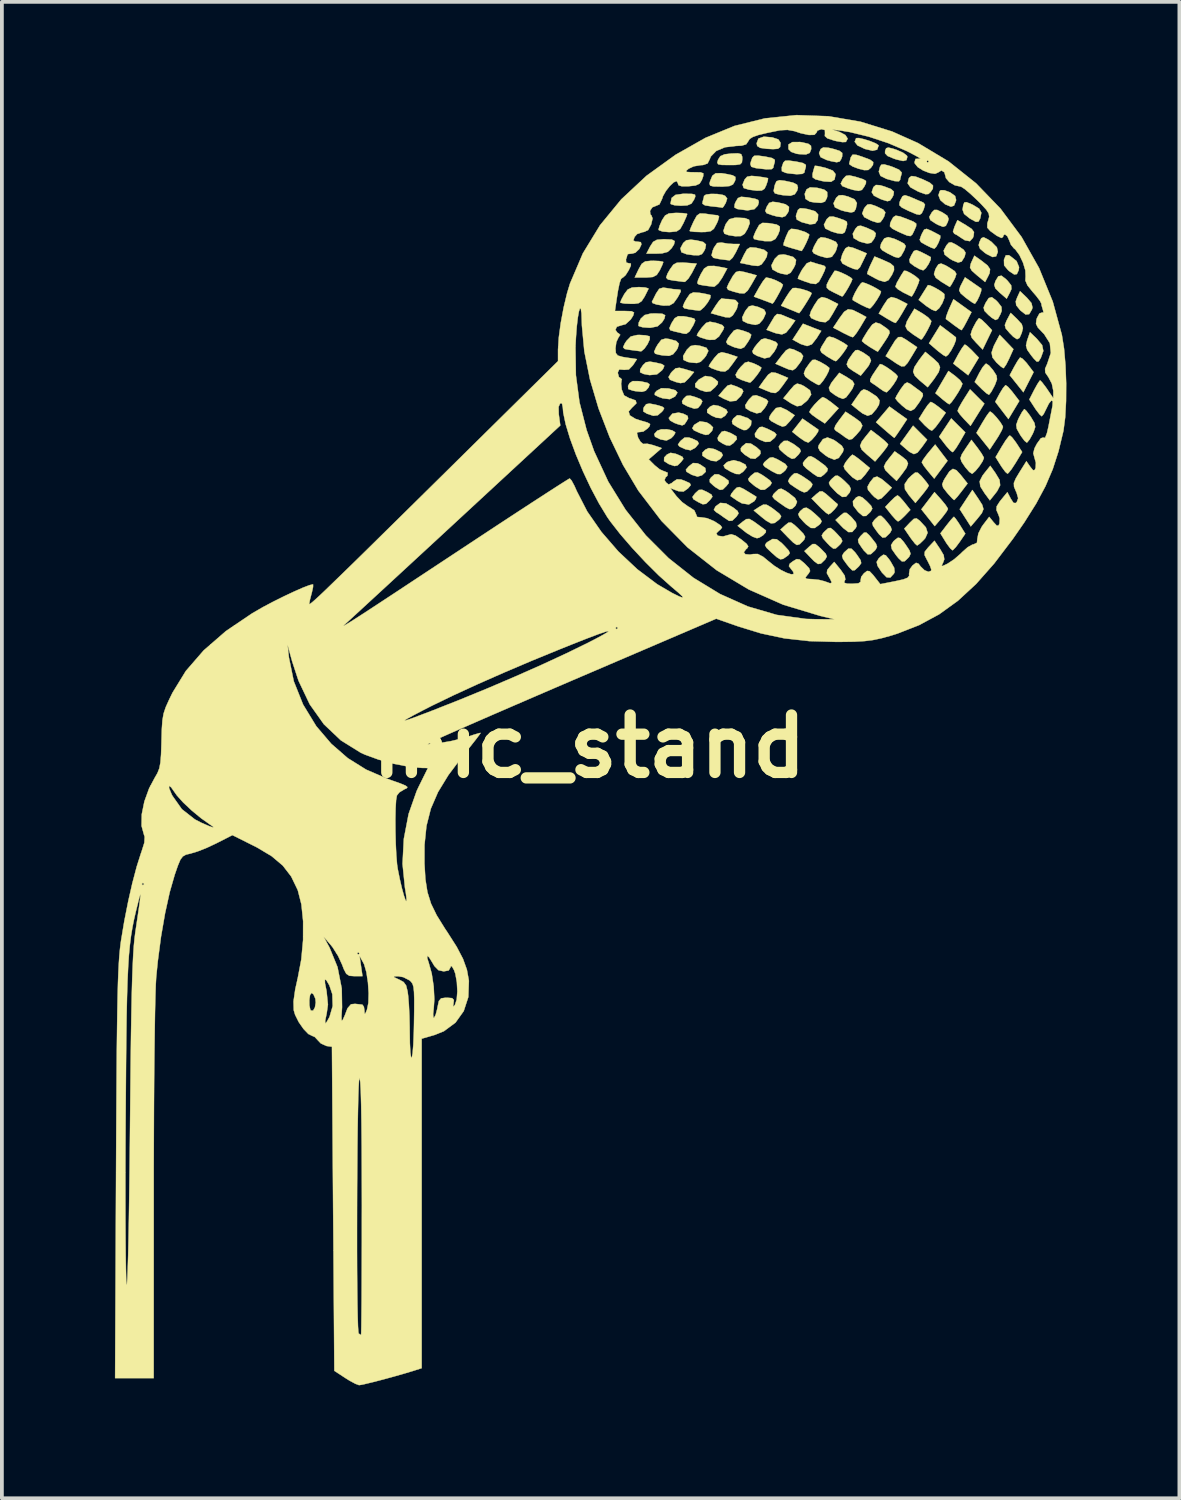
<source format=kicad_pcb>
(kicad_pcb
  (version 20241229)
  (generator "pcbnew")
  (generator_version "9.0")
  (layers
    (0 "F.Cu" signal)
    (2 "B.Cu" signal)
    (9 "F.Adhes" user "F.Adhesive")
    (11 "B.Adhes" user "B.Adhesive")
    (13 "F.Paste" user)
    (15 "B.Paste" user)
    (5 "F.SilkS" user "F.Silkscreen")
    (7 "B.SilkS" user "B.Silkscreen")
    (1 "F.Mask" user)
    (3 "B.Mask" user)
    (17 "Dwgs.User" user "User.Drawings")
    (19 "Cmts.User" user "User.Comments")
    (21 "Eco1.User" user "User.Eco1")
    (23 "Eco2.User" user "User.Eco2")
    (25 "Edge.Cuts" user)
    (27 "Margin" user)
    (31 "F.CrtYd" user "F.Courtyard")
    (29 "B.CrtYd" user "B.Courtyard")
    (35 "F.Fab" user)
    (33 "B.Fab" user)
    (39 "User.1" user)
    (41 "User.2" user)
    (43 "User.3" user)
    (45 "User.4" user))
  (footprint "mic_stand"
    (layer "F.Cu")
    (at 12.586 16.761)
    (property "Reference" "mic_stand" (at 0 0 0) (layer "F.SilkS") (effects (font (size 1.524 1.524) (thickness 0.3))))
    (attr through_hole)
    (fp_poly (pts (xy 5.917 -11.125) (xy 6.16 -11.03) (xy 6.036 -10.833) (xy 5.911 -10.674) (xy 5.784 -10.627) (xy 5.619 -10.679) (xy 5.573 -10.703) (xy 5.399 -10.798) (xy 5.537 -11.009) (xy 5.675 -11.22) (xy 5.917 -11.125)) (stroke (width 0.01) (type solid)) (fill yes) (layer "F.SilkS"))
    (fp_poly (pts (xy 8.784 -8.327) (xy 8.971 -8.14) (xy 8.831 -7.944) (xy 8.714 -7.799) (xy 8.618 -7.759) (xy 8.502 -7.818) (xy 8.415 -7.89) (xy 8.251 -8.033) (xy 8.424 -8.274) (xy 8.597 -8.514) (xy 8.784 -8.327)) (stroke (width 0.01) (type solid)) (fill yes) (layer "F.SilkS"))
    (fp_poly (pts (xy 9.512 -7.582) (xy 9.158 -7.108) (xy 8.992 -7.306) (xy 8.888 -7.439) (xy 8.832 -7.532) (xy 8.828 -7.545) (xy 8.866 -7.616) (xy 8.96 -7.744) (xy 9.006 -7.801) (xy 9.183 -8.014) (xy 9.512 -7.582)) (stroke (width 0.01) (type solid)) (fill yes) (layer "F.SilkS"))
    (fp_poly (pts (xy 10.324 -6.582) (xy 10.432 -6.414) (xy 10.465 -6.3) (xy 10.421 -6.192) (xy 10.303 -6.044) (xy 10.128 -5.839) (xy 9.981 -6.069) (xy 9.834 -6.298) (xy 10.002 -6.553) (xy 10.171 -6.808) (xy 10.324 -6.582)) (stroke (width 0.01) (type solid)) (fill yes) (layer "F.SilkS"))
    (fp_poly (pts (xy 9.345 -6.549) (xy 9.456 -6.415) (xy 9.518 -6.319) (xy 9.522 -6.301) (xy 9.483 -6.228) (xy 9.387 -6.101) (xy 9.346 -6.051) (xy 9.171 -5.848) (xy 8.816 -6.293) (xy 8.991 -6.522) (xy 9.165 -6.751) (xy 9.345 -6.549)) (stroke (width 0.01) (type solid)) (fill yes) (layer "F.SilkS"))
    (fp_poly (pts (xy 2.551 -10.011) (xy 2.785 -9.938) (xy 2.647 -9.774) (xy 2.535 -9.664) (xy 2.424 -9.643) (xy 2.302 -9.672) (xy 2.146 -9.732) (xy 2.106 -9.803) (xy 2.171 -9.914) (xy 2.207 -9.956) (xy 2.295 -10.036) (xy 2.396 -10.05) (xy 2.551 -10.011)) (stroke (width 0.01) (type solid)) (fill yes) (layer "F.SilkS"))
    (fp_poly (pts (xy 3.251 -9.806) (xy 3.337 -9.753) (xy 3.419 -9.682) (xy 3.413 -9.62) (xy 3.339 -9.531) (xy 3.223 -9.429) (xy 3.105 -9.411) (xy 2.937 -9.463) (xy 2.816 -9.538) (xy 2.815 -9.629) (xy 2.91 -9.737) (xy 3.078 -9.833) (xy 3.251 -9.806)) (stroke (width 0.01) (type solid)) (fill yes) (layer "F.SilkS"))
    (fp_poly (pts (xy 4.29 -8.039) (xy 4.442 -7.942) (xy 4.544 -7.848) (xy 4.549 -7.773) (xy 4.513 -7.721) (xy 4.405 -7.635) (xy 4.282 -7.646) (xy 4.131 -7.742) (xy 4.029 -7.837) (xy 4.024 -7.912) (xy 4.059 -7.963) (xy 4.167 -8.05) (xy 4.29 -8.039)) (stroke (width 0.01) (type solid)) (fill yes) (layer "F.SilkS"))
    (fp_poly (pts (xy 4.949 -9.917) (xy 5.07 -9.87) (xy 5.281 -9.781) (xy 5.146 -9.591) (xy 5.031 -9.441) (xy 4.942 -9.38) (xy 4.833 -9.393) (xy 4.712 -9.44) (xy 4.502 -9.528) (xy 4.635 -9.715) (xy 4.751 -9.866) (xy 4.84 -9.928) (xy 4.949 -9.917)) (stroke (width 0.01) (type solid)) (fill yes) (layer "F.SilkS"))
    (fp_poly (pts (xy 5.083 -11.466) (xy 5.246 -11.399) (xy 5.471 -11.305) (xy 5.335 -11.114) (xy 5.224 -10.981) (xy 5.117 -10.936) (xy 4.964 -10.964) (xy 4.878 -10.994) (xy 4.708 -11.057) (xy 4.837 -11.275) (xy 4.923 -11.419) (xy 4.99 -11.478) (xy 5.083 -11.466)) (stroke (width 0.01) (type solid)) (fill yes) (layer "F.SilkS"))
    (fp_poly (pts (xy 7.303 -16.115) (xy 7.468 -16.062) (xy 7.609 -16.004) (xy 7.681 -15.955) (xy 7.683 -15.948) (xy 7.642 -15.838) (xy 7.522 -15.81) (xy 7.318 -15.858) (xy 7.125 -15.949) (xy 7.047 -16.048) (xy 7.085 -16.145) (xy 7.16 -16.148) (xy 7.303 -16.115)) (stroke (width 0.01) (type solid)) (fill yes) (layer "F.SilkS"))
    (fp_poly (pts (xy 8.203 -8.853) (xy 8.438 -8.685) (xy 8.274 -8.438) (xy 8.176 -8.293) (xy 8.111 -8.204) (xy 8.098 -8.191) (xy 8.048 -8.229) (xy 7.933 -8.326) (xy 7.849 -8.398) (xy 7.613 -8.604) (xy 7.791 -8.813) (xy 7.969 -9.022) (xy 8.203 -8.853)) (stroke (width 0.01) (type solid)) (fill yes) (layer "F.SilkS"))
    (fp_poly (pts (xy 9.796 -8.521) (xy 9.983 -8.335) (xy 9.833 -8.073) (xy 9.738 -7.919) (xy 9.665 -7.825) (xy 9.644 -7.811) (xy 9.584 -7.856) (xy 9.483 -7.97) (xy 9.447 -8.016) (xy 9.288 -8.221) (xy 9.449 -8.464) (xy 9.61 -8.707) (xy 9.796 -8.521)) (stroke (width 0.01) (type solid)) (fill yes) (layer "F.SilkS"))
    (fp_poly (pts (xy 10.036 -10.626) (xy 10.146 -10.524) (xy 10.176 -10.493) (xy 10.342 -10.319) (xy 10.201 -10.085) (xy 10.059 -9.851) (xy 9.861 -10.006) (xy 9.663 -10.161) (xy 9.8 -10.414) (xy 9.89 -10.565) (xy 9.957 -10.656) (xy 9.973 -10.667) (xy 10.036 -10.626)) (stroke (width 0.01) (type solid)) (fill yes) (layer "F.SilkS"))
    (fp_poly (pts (xy 10.299 -9.288) (xy 10.489 -9.098) (xy 10.305 -8.803) (xy 10.121 -8.508) (xy 9.95 -8.687) (xy 9.84 -8.812) (xy 9.782 -8.899) (xy 9.779 -8.911) (xy 9.81 -8.987) (xy 9.89 -9.129) (xy 9.944 -9.217) (xy 10.109 -9.478) (xy 10.299 -9.288)) (stroke (width 0.01) (type solid)) (fill yes) (layer "F.SilkS"))
    (fp_poly (pts (xy 10.413 -12.892) (xy 10.574 -12.765) (xy 10.64 -12.667) (xy 10.628 -12.562) (xy 10.591 -12.484) (xy 10.509 -12.327) (xy 10.29 -12.507) (xy 10.156 -12.625) (xy 10.108 -12.712) (xy 10.127 -12.81) (xy 10.147 -12.856) (xy 10.224 -13.025) (xy 10.413 -12.892)) (stroke (width 0.01) (type solid)) (fill yes) (layer "F.SilkS"))
    (fp_poly (pts (xy 10.784 -7.255) (xy 10.892 -7.074) (xy 10.908 -6.932) (xy 10.831 -6.78) (xy 10.778 -6.711) (xy 10.635 -6.532) (xy 10.493 -6.724) (xy 10.382 -6.9) (xy 10.364 -7.038) (xy 10.439 -7.187) (xy 10.498 -7.264) (xy 10.646 -7.449) (xy 10.784 -7.255)) (stroke (width 0.01) (type solid)) (fill yes) (layer "F.SilkS"))
    (fp_poly (pts (xy 11.061 -12.404) (xy 11.107 -12.357) (xy 11.2 -12.239) (xy 11.208 -12.141) (xy 11.165 -12.044) (xy 11.081 -11.884) (xy 10.898 -12.042) (xy 10.781 -12.158) (xy 10.752 -12.251) (xy 10.785 -12.355) (xy 10.86 -12.478) (xy 10.943 -12.494) (xy 11.061 -12.404)) (stroke (width 0.01) (type solid)) (fill yes) (layer "F.SilkS"))
    (fp_poly (pts (xy 11.117 -9.543) (xy 11.219 -9.428) (xy 11.257 -9.379) (xy 11.417 -9.17) (xy 11.272 -8.929) (xy 11.127 -8.689) (xy 10.952 -8.918) (xy 10.777 -9.148) (xy 10.896 -9.368) (xy 10.981 -9.508) (xy 11.045 -9.584) (xy 11.056 -9.588) (xy 11.117 -9.543)) (stroke (width 0.01) (type solid)) (fill yes) (layer "F.SilkS"))
    (fp_poly (pts (xy 11.498 -10.294) (xy 11.599 -10.191) (xy 11.638 -10.142) (xy 11.796 -9.934) (xy 11.66 -9.667) (xy 11.524 -9.4) (xy 11.343 -9.627) (xy 11.162 -9.853) (xy 11.28 -10.075) (xy 11.365 -10.223) (xy 11.429 -10.314) (xy 11.439 -10.323) (xy 11.498 -10.294)) (stroke (width 0.01) (type solid)) (fill yes) (layer "F.SilkS"))
    (fp_poly (pts (xy 11.619 -11.908) (xy 11.739 -11.767) (xy 11.766 -11.651) (xy 11.753 -11.601) (xy 11.679 -11.474) (xy 11.583 -11.464) (xy 11.449 -11.569) (xy 11.432 -11.587) (xy 11.334 -11.71) (xy 11.322 -11.814) (xy 11.359 -11.915) (xy 11.436 -12.083) (xy 11.619 -11.908)) (stroke (width 0.01) (type solid)) (fill yes) (layer "F.SilkS"))
    (fp_poly (pts (xy 1.778 -10.185) (xy 1.938 -10.145) (xy 1.995 -10.104) (xy 1.969 -10.035) (xy 1.935 -9.985) (xy 1.801 -9.876) (xy 1.604 -9.856) (xy 1.445 -9.886) (xy 1.352 -9.931) (xy 1.355 -10.009) (xy 1.429 -10.122) (xy 1.508 -10.196) (xy 1.616 -10.213) (xy 1.778 -10.185)) (stroke (width 0.01) (type solid)) (fill yes) (layer "F.SilkS"))
    (fp_poly (pts (xy 2.1 -9.502) (xy 2.122 -9.498) (xy 2.291 -9.452) (xy 2.343 -9.391) (xy 2.289 -9.3) (xy 2.273 -9.284) (xy 2.14 -9.217) (xy 1.948 -9.241) (xy 1.846 -9.277) (xy 1.741 -9.33) (xy 1.745 -9.387) (xy 1.793 -9.44) (xy 1.916 -9.508) (xy 2.1 -9.502)) (stroke (width 0.01) (type solid)) (fill yes) (layer "F.SilkS"))
    (fp_poly (pts (xy 2.193 -13.453) (xy 2.272 -13.412) (xy 2.252 -13.323) (xy 2.187 -13.222) (xy 2.087 -13.127) (xy 1.934 -13.086) (xy 1.805 -13.081) (xy 1.521 -13.081) (xy 1.619 -13.271) (xy 1.698 -13.392) (xy 1.798 -13.447) (xy 1.97 -13.462) (xy 2.002 -13.462) (xy 2.193 -13.453)) (stroke (width 0.01) (type solid)) (fill yes) (layer "F.SilkS"))
    (fp_poly (pts (xy 2.202 -8.39) (xy 2.282 -8.34) (xy 2.286 -8.323) (xy 2.243 -8.248) (xy 2.175 -8.18) (xy 2.054 -8.12) (xy 1.901 -8.147) (xy 1.889 -8.151) (xy 1.749 -8.22) (xy 1.727 -8.291) (xy 1.807 -8.38) (xy 1.913 -8.416) (xy 2.062 -8.418) (xy 2.202 -8.39)) (stroke (width 0.01) (type solid)) (fill yes) (layer "F.SilkS"))
    (fp_poly (pts (xy 2.494 -8.833) (xy 2.611 -8.775) (xy 2.627 -8.708) (xy 2.589 -8.637) (xy 2.53 -8.549) (xy 2.47 -8.522) (xy 2.364 -8.549) (xy 2.267 -8.584) (xy 2.148 -8.65) (xy 2.112 -8.717) (xy 2.112 -8.717) (xy 2.209 -8.833) (xy 2.374 -8.861) (xy 2.494 -8.833)) (stroke (width 0.01) (type solid)) (fill yes) (layer "F.SilkS"))
    (fp_poly (pts (xy 2.87 -7.516) (xy 2.942 -7.486) (xy 3.082 -7.391) (xy 3.096 -7.292) (xy 2.997 -7.198) (xy 2.877 -7.162) (xy 2.726 -7.209) (xy 2.704 -7.221) (xy 2.584 -7.29) (xy 2.567 -7.345) (xy 2.64 -7.43) (xy 2.648 -7.439) (xy 2.757 -7.522) (xy 2.87 -7.516)) (stroke (width 0.01) (type solid)) (fill yes) (layer "F.SilkS"))
    (fp_poly (pts (xy 3.309 -7.896) (xy 3.365 -7.874) (xy 3.512 -7.799) (xy 3.548 -7.729) (xy 3.484 -7.637) (xy 3.48 -7.633) (xy 3.379 -7.569) (xy 3.25 -7.582) (xy 3.127 -7.634) (xy 3.006 -7.715) (xy 3.005 -7.797) (xy 3.08 -7.874) (xy 3.177 -7.92) (xy 3.309 -7.896)) (stroke (width 0.01) (type solid)) (fill yes) (layer "F.SilkS"))
    (fp_poly (pts (xy 3.436 -9.039) (xy 3.492 -9.017) (xy 3.639 -8.942) (xy 3.675 -8.872) (xy 3.611 -8.78) (xy 3.607 -8.776) (xy 3.506 -8.712) (xy 3.377 -8.725) (xy 3.254 -8.777) (xy 3.133 -8.858) (xy 3.132 -8.94) (xy 3.207 -9.017) (xy 3.304 -9.063) (xy 3.436 -9.039)) (stroke (width 0.01) (type solid)) (fill yes) (layer "F.SilkS"))
    (fp_poly (pts (xy 3.736 -8.326) (xy 3.775 -8.308) (xy 3.907 -8.231) (xy 3.921 -8.155) (xy 3.826 -8.048) (xy 3.732 -7.985) (xy 3.632 -7.996) (xy 3.541 -8.04) (xy 3.425 -8.115) (xy 3.409 -8.188) (xy 3.445 -8.257) (xy 3.518 -8.353) (xy 3.6 -8.374) (xy 3.736 -8.326)) (stroke (width 0.01) (type solid)) (fill yes) (layer "F.SilkS"))
    (fp_poly (pts (xy 3.907 -9.556) (xy 3.922 -9.55) (xy 4.057 -9.485) (xy 4.091 -9.426) (xy 4.044 -9.33) (xy 4.026 -9.302) (xy 3.897 -9.174) (xy 3.738 -9.159) (xy 3.574 -9.227) (xy 3.433 -9.305) (xy 3.574 -9.472) (xy 3.677 -9.58) (xy 3.768 -9.603) (xy 3.907 -9.556)) (stroke (width 0.01) (type solid)) (fill yes) (layer "F.SilkS"))
    (fp_poly (pts (xy 4.006 -7.554) (xy 4.151 -7.479) (xy 4.179 -7.404) (xy 4.098 -7.304) (xy 4.08 -7.288) (xy 3.992 -7.228) (xy 3.898 -7.232) (xy 3.762 -7.289) (xy 3.605 -7.381) (xy 3.567 -7.456) (xy 3.642 -7.532) (xy 3.689 -7.56) (xy 3.837 -7.598) (xy 4.006 -7.554)) (stroke (width 0.01) (type solid)) (fill yes) (layer "F.SilkS"))
    (fp_poly (pts (xy 4.858 -16.165) (xy 5.02 -16.112) (xy 5.079 -16.024) (xy 5.08 -16.003) (xy 5.068 -15.909) (xy 5.012 -15.863) (xy 4.881 -15.853) (xy 4.715 -15.862) (xy 4.54 -15.886) (xy 4.461 -15.936) (xy 4.445 -16.008) (xy 4.492 -16.133) (xy 4.636 -16.184) (xy 4.858 -16.165)) (stroke (width 0.01) (type solid)) (fill yes) (layer "F.SilkS"))
    (fp_poly (pts (xy 5.649 -16.034) (xy 5.817 -15.995) (xy 5.888 -15.941) (xy 5.893 -15.854) (xy 5.854 -15.753) (xy 5.754 -15.712) (xy 5.568 -15.721) (xy 5.505 -15.73) (xy 5.362 -15.78) (xy 5.29 -15.852) (xy 5.289 -15.975) (xy 5.394 -16.04) (xy 5.595 -16.042) (xy 5.649 -16.034)) (stroke (width 0.01) (type solid)) (fill yes) (layer "F.SilkS"))
    (fp_poly (pts (xy 6.829 -6.2) (xy 6.927 -6.119) (xy 6.971 -6.076) (xy 7.08 -5.946) (xy 7.099 -5.849) (xy 7.075 -5.797) (xy 6.981 -5.692) (xy 6.881 -5.69) (xy 6.746 -5.794) (xy 6.711 -5.83) (xy 6.538 -6.01) (xy 6.669 -6.129) (xy 6.759 -6.2) (xy 6.829 -6.2)) (stroke (width 0.01) (type solid)) (fill yes) (layer "F.SilkS"))
    (fp_poly (pts (xy 8.309 -7.69) (xy 8.424 -7.596) (xy 8.463 -7.509) (xy 8.423 -7.397) (xy 8.301 -7.227) (xy 8.272 -7.191) (xy 8.159 -7.048) (xy 7.985 -7.21) (xy 7.86 -7.335) (xy 7.823 -7.427) (xy 7.873 -7.534) (xy 7.96 -7.647) (xy 8.109 -7.833) (xy 8.309 -7.69)) (stroke (width 0.01) (type solid)) (fill yes) (layer "F.SilkS"))
    (fp_poly (pts (xy 9.999 -13.836) (xy 10.153 -13.735) (xy 10.214 -13.652) (xy 10.203 -13.549) (xy 10.185 -13.499) (xy 10.104 -13.41) (xy 9.972 -13.434) (xy 9.881 -13.493) (xy 9.758 -13.575) (xy 9.691 -13.608) (xy 9.656 -13.666) (xy 9.699 -13.799) (xy 9.775 -13.968) (xy 9.999 -13.836)) (stroke (width 0.01) (type solid)) (fill yes) (layer "F.SilkS"))
    (fp_poly (pts (xy 10.579 -13.46) (xy 10.678 -13.392) (xy 10.821 -13.246) (xy 10.846 -13.127) (xy 10.801 -13.008) (xy 10.708 -12.989) (xy 10.55 -13.068) (xy 10.502 -13.1) (xy 10.374 -13.209) (xy 10.338 -13.304) (xy 10.357 -13.383) (xy 10.407 -13.489) (xy 10.469 -13.514) (xy 10.579 -13.46)) (stroke (width 0.01) (type solid)) (fill yes) (layer "F.SilkS"))
    (fp_poly (pts (xy 11.167 -13.022) (xy 11.343 -12.883) (xy 11.41 -12.721) (xy 11.399 -12.64) (xy 11.351 -12.537) (xy 11.282 -12.526) (xy 11.16 -12.607) (xy 11.121 -12.639) (xy 11.014 -12.767) (xy 11.009 -12.912) (xy 11.012 -12.924) (xy 11.058 -13.034) (xy 11.132 -13.039) (xy 11.167 -13.022)) (stroke (width 0.01) (type solid)) (fill yes) (layer "F.SilkS"))
    (fp_poly (pts (xy 11.366 -11.335) (xy 11.481 -11.208) (xy 11.512 -11.104) (xy 11.482 -10.979) (xy 11.422 -10.843) (xy 11.356 -10.808) (xy 11.256 -10.874) (xy 11.161 -10.97) (xy 11.056 -11.092) (xy 11.032 -11.183) (xy 11.077 -11.299) (xy 11.091 -11.325) (xy 11.187 -11.507) (xy 11.366 -11.335)) (stroke (width 0.01) (type solid)) (fill yes) (layer "F.SilkS"))
    (fp_poly (pts (xy 1.322 -9.695) (xy 1.386 -9.686) (xy 1.546 -9.652) (xy 1.604 -9.612) (xy 1.583 -9.542) (xy 1.57 -9.52) (xy 1.5 -9.44) (xy 1.401 -9.412) (xy 1.233 -9.429) (xy 1.159 -9.443) (xy 1.039 -9.486) (xy 1.032 -9.568) (xy 1.073 -9.643) (xy 1.156 -9.697) (xy 1.322 -9.695)) (stroke (width 0.01) (type solid)) (fill yes) (layer "F.SilkS"))
    (fp_poly (pts (xy 1.763 -9.07) (xy 1.779 -9.066) (xy 1.937 -9.021) (xy 1.991 -8.98) (xy 1.961 -8.918) (xy 1.929 -8.882) (xy 1.821 -8.79) (xy 1.703 -8.776) (xy 1.537 -8.83) (xy 1.437 -8.892) (xy 1.442 -8.98) (xy 1.457 -9.01) (xy 1.514 -9.084) (xy 1.601 -9.101) (xy 1.763 -9.07)) (stroke (width 0.01) (type solid)) (fill yes) (layer "F.SilkS"))
    (fp_poly (pts (xy 2.292 -7.769) (xy 2.352 -7.746) (xy 2.478 -7.686) (xy 2.501 -7.633) (xy 2.437 -7.548) (xy 2.437 -7.548) (xy 2.348 -7.46) (xy 2.268 -7.442) (xy 2.139 -7.484) (xy 2.111 -7.495) (xy 1.988 -7.574) (xy 1.991 -7.669) (xy 2.064 -7.747) (xy 2.161 -7.793) (xy 2.292 -7.769)) (stroke (width 0.01) (type solid)) (fill yes) (layer "F.SilkS"))
    (fp_poly (pts (xy 2.651 -8.198) (xy 2.734 -8.171) (xy 2.879 -8.103) (xy 2.909 -8.037) (xy 2.833 -7.944) (xy 2.81 -7.923) (xy 2.693 -7.86) (xy 2.551 -7.889) (xy 2.54 -7.894) (xy 2.399 -7.959) (xy 2.357 -8.009) (xy 2.4 -8.078) (xy 2.438 -8.121) (xy 2.537 -8.2) (xy 2.651 -8.198)) (stroke (width 0.01) (type solid)) (fill yes) (layer "F.SilkS"))
    (fp_poly (pts (xy 2.729 -14.665) (xy 2.81 -14.645) (xy 2.816 -14.59) (xy 2.782 -14.51) (xy 2.714 -14.407) (xy 2.606 -14.361) (xy 2.435 -14.351) (xy 2.268 -14.363) (xy 2.17 -14.393) (xy 2.159 -14.409) (xy 2.189 -14.558) (xy 2.292 -14.639) (xy 2.492 -14.668) (xy 2.545 -14.668) (xy 2.729 -14.665)) (stroke (width 0.01) (type solid)) (fill yes) (layer "F.SilkS"))
    (fp_poly (pts (xy 2.819 -9.273) (xy 2.962 -9.217) (xy 3.004 -9.161) (xy 2.967 -9.076) (xy 2.967 -9.076) (xy 2.889 -8.983) (xy 2.791 -8.965) (xy 2.633 -9.017) (xy 2.591 -9.036) (xy 2.477 -9.099) (xy 2.465 -9.164) (xy 2.507 -9.23) (xy 2.582 -9.303) (xy 2.68 -9.312) (xy 2.819 -9.273)) (stroke (width 0.01) (type solid)) (fill yes) (layer "F.SilkS"))
    (fp_poly (pts (xy 2.846 -13.432) (xy 3.029 -13.388) (xy 3.101 -13.322) (xy 3.08 -13.209) (xy 3.046 -13.14) (xy 2.992 -13.067) (xy 2.909 -13.035) (xy 2.764 -13.039) (xy 2.588 -13.063) (xy 2.448 -13.117) (xy 2.422 -13.221) (xy 2.497 -13.362) (xy 2.578 -13.434) (xy 2.701 -13.45) (xy 2.846 -13.432)) (stroke (width 0.01) (type solid)) (fill yes) (layer "F.SilkS"))
    (fp_poly (pts (xy 3.116 -8.602) (xy 3.208 -8.548) (xy 3.289 -8.466) (xy 3.266 -8.385) (xy 3.244 -8.357) (xy 3.171 -8.282) (xy 3.095 -8.267) (xy 2.966 -8.308) (xy 2.923 -8.325) (xy 2.779 -8.391) (xy 2.737 -8.446) (xy 2.779 -8.522) (xy 2.793 -8.539) (xy 2.938 -8.628) (xy 3.116 -8.602)) (stroke (width 0.01) (type solid)) (fill yes) (layer "F.SilkS"))
    (fp_poly (pts (xy 3.125 -6.756) (xy 3.248 -6.684) (xy 3.271 -6.627) (xy 3.208 -6.542) (xy 3.203 -6.536) (xy 3.101 -6.439) (xy 3.015 -6.428) (xy 2.889 -6.488) (xy 2.766 -6.563) (xy 2.741 -6.621) (xy 2.802 -6.705) (xy 2.823 -6.728) (xy 2.911 -6.808) (xy 2.998 -6.813) (xy 3.125 -6.756)) (stroke (width 0.01) (type solid)) (fill yes) (layer "F.SilkS"))
    (fp_poly (pts (xy 3.434 -7.222) (xy 3.589 -7.137) (xy 3.592 -7.135) (xy 3.698 -7.055) (xy 3.705 -6.991) (xy 3.643 -6.913) (xy 3.549 -6.821) (xy 3.47 -6.809) (xy 3.357 -6.877) (xy 3.305 -6.917) (xy 3.203 -7.011) (xy 3.198 -7.086) (xy 3.234 -7.138) (xy 3.329 -7.222) (xy 3.434 -7.222)) (stroke (width 0.01) (type solid)) (fill yes) (layer "F.SilkS"))
    (fp_poly (pts (xy 4 -8.788) (xy 4.148 -8.735) (xy 4.207 -8.717) (xy 4.306 -8.643) (xy 4.295 -8.527) (xy 4.242 -8.458) (xy 4.172 -8.4) (xy 4.1 -8.396) (xy 3.98 -8.45) (xy 3.922 -8.482) (xy 3.806 -8.558) (xy 3.79 -8.632) (xy 3.826 -8.702) (xy 3.928 -8.79) (xy 4 -8.788)) (stroke (width 0.01) (type solid)) (fill yes) (layer "F.SilkS"))
    (fp_poly (pts (xy 4.417 -13.237) (xy 4.441 -13.233) (xy 4.643 -13.182) (xy 4.73 -13.112) (xy 4.715 -13.002) (xy 4.66 -12.906) (xy 4.574 -12.793) (xy 4.485 -12.752) (xy 4.342 -12.765) (xy 4.273 -12.779) (xy 4.006 -12.833) (xy 4.11 -13.053) (xy 4.19 -13.195) (xy 4.275 -13.247) (xy 4.417 -13.237)) (stroke (width 0.01) (type solid)) (fill yes) (layer "F.SilkS"))
    (fp_poly (pts (xy 4.709 -6.416) (xy 4.827 -6.348) (xy 4.908 -6.289) (xy 5.047 -6.179) (xy 5.096 -6.111) (xy 5.069 -6.051) (xy 5.027 -6.01) (xy 4.92 -5.93) (xy 4.825 -5.921) (xy 4.702 -5.99) (xy 4.581 -6.086) (xy 4.368 -6.263) (xy 4.521 -6.363) (xy 4.622 -6.419) (xy 4.709 -6.416)) (stroke (width 0.01) (type solid)) (fill yes) (layer "F.SilkS"))
    (fp_poly (pts (xy 4.719 -8.437) (xy 4.781 -8.407) (xy 4.925 -8.332) (xy 4.971 -8.276) (xy 4.936 -8.209) (xy 4.911 -8.18) (xy 4.799 -8.088) (xy 4.678 -8.082) (xy 4.524 -8.142) (xy 4.407 -8.216) (xy 4.397 -8.298) (xy 4.464 -8.407) (xy 4.524 -8.474) (xy 4.595 -8.484) (xy 4.719 -8.437)) (stroke (width 0.01) (type solid)) (fill yes) (layer "F.SilkS"))
    (fp_poly (pts (xy 4.81 -10.791) (xy 4.955 -10.735) (xy 5.004 -10.678) (xy 4.969 -10.578) (xy 4.908 -10.471) (xy 4.792 -10.332) (xy 4.654 -10.299) (xy 4.461 -10.365) (xy 4.354 -10.426) (xy 4.331 -10.491) (xy 4.39 -10.596) (xy 4.461 -10.686) (xy 4.568 -10.802) (xy 4.666 -10.83) (xy 4.81 -10.791)) (stroke (width 0.01) (type solid)) (fill yes) (layer "F.SilkS"))
    (fp_poly (pts (xy 5.011 -14.439) (xy 5.213 -14.389) (xy 5.304 -14.321) (xy 5.298 -14.218) (xy 5.274 -14.167) (xy 5.211 -14.078) (xy 5.126 -14.046) (xy 4.982 -14.066) (xy 4.844 -14.104) (xy 4.709 -14.153) (xy 4.674 -14.214) (xy 4.712 -14.321) (xy 4.777 -14.425) (xy 4.871 -14.456) (xy 5.011 -14.439)) (stroke (width 0.01) (type solid)) (fill yes) (layer "F.SilkS"))
    (fp_poly (pts (xy 5.236 -8.933) (xy 5.284 -8.903) (xy 5.455 -8.79) (xy 5.315 -8.62) (xy 5.213 -8.51) (xy 5.13 -8.488) (xy 5.004 -8.542) (xy 4.985 -8.552) (xy 4.833 -8.635) (xy 4.774 -8.694) (xy 4.793 -8.766) (xy 4.851 -8.856) (xy 4.959 -8.981) (xy 5.075 -9.006) (xy 5.236 -8.933)) (stroke (width 0.01) (type solid)) (fill yes) (layer "F.SilkS"))
    (fp_poly (pts (xy 5.413 -10.541) (xy 5.45 -10.525) (xy 5.62 -10.442) (xy 5.68 -10.362) (xy 5.644 -10.255) (xy 5.583 -10.166) (xy 5.482 -10.036) (xy 5.406 -9.985) (xy 5.304 -10.003) (xy 5.155 -10.066) (xy 4.945 -10.157) (xy 5.112 -10.377) (xy 5.225 -10.512) (xy 5.311 -10.56) (xy 5.413 -10.541)) (stroke (width 0.01) (type solid)) (fill yes) (layer "F.SilkS"))
    (fp_poly (pts (xy 5.451 -5.878) (xy 5.557 -5.778) (xy 5.686 -5.646) (xy 5.733 -5.563) (xy 5.711 -5.495) (xy 5.673 -5.449) (xy 5.585 -5.364) (xy 5.512 -5.348) (xy 5.418 -5.41) (xy 5.281 -5.545) (xy 5.077 -5.756) (xy 5.207 -5.874) (xy 5.29 -5.939) (xy 5.358 -5.944) (xy 5.451 -5.878)) (stroke (width 0.01) (type solid)) (fill yes) (layer "F.SilkS"))
    (fp_poly (pts (xy 5.618 -9.605) (xy 5.704 -9.563) (xy 5.86 -9.454) (xy 5.893 -9.34) (xy 5.806 -9.202) (xy 5.759 -9.155) (xy 5.626 -9.048) (xy 5.517 -9.029) (xy 5.377 -9.095) (xy 5.323 -9.129) (xy 5.154 -9.241) (xy 5.328 -9.454) (xy 5.441 -9.584) (xy 5.521 -9.63) (xy 5.618 -9.605)) (stroke (width 0.01) (type solid)) (fill yes) (layer "F.SilkS"))
    (fp_poly (pts (xy 6.045 -14.827) (xy 6.056 -14.825) (xy 6.237 -14.779) (xy 6.317 -14.716) (xy 6.321 -14.607) (xy 6.308 -14.553) (xy 6.259 -14.462) (xy 6.157 -14.426) (xy 5.974 -14.439) (xy 5.858 -14.459) (xy 5.742 -14.532) (xy 5.721 -14.666) (xy 5.77 -14.784) (xy 5.863 -14.838) (xy 6.045 -14.827)) (stroke (width 0.01) (type solid)) (fill yes) (layer "F.SilkS"))
    (fp_poly (pts (xy 6.098 -5.297) (xy 6.16 -5.238) (xy 6.276 -5.119) (xy 6.308 -5.042) (xy 6.268 -4.968) (xy 6.244 -4.942) (xy 6.151 -4.853) (xy 6.073 -4.842) (xy 5.973 -4.915) (xy 5.884 -5.005) (xy 5.712 -5.185) (xy 5.842 -5.302) (xy 5.929 -5.371) (xy 6 -5.372) (xy 6.098 -5.297)) (stroke (width 0.01) (type solid)) (fill yes) (layer "F.SilkS"))
    (fp_poly (pts (xy 6.304 -11.896) (xy 6.419 -11.84) (xy 6.609 -11.742) (xy 6.468 -11.491) (xy 6.365 -11.326) (xy 6.272 -11.259) (xy 6.143 -11.271) (xy 6.017 -11.313) (xy 5.894 -11.369) (xy 5.853 -11.439) (xy 5.888 -11.555) (xy 5.975 -11.712) (xy 6.08 -11.87) (xy 6.175 -11.927) (xy 6.304 -11.896)) (stroke (width 0.01) (type solid)) (fill yes) (layer "F.SilkS"))
    (fp_poly (pts (xy 6.352 -15.889) (xy 6.463 -15.864) (xy 6.641 -15.81) (xy 6.717 -15.751) (xy 6.715 -15.659) (xy 6.692 -15.594) (xy 6.649 -15.525) (xy 6.57 -15.505) (xy 6.423 -15.532) (xy 6.302 -15.565) (xy 6.142 -15.641) (xy 6.101 -15.748) (xy 6.146 -15.856) (xy 6.214 -15.898) (xy 6.352 -15.889)) (stroke (width 0.01) (type solid)) (fill yes) (layer "F.SilkS"))
    (fp_poly (pts (xy 6.484 -8.14) (xy 6.561 -8.091) (xy 6.706 -7.98) (xy 6.755 -7.895) (xy 6.735 -7.818) (xy 6.625 -7.658) (xy 6.507 -7.611) (xy 6.351 -7.672) (xy 6.269 -7.726) (xy 6.125 -7.843) (xy 6.078 -7.933) (xy 6.095 -7.999) (xy 6.205 -8.156) (xy 6.325 -8.201) (xy 6.484 -8.14)) (stroke (width 0.01) (type solid)) (fill yes) (layer "F.SilkS"))
    (fp_poly (pts (xy 6.843 -9.8) (xy 6.99 -9.704) (xy 7.037 -9.618) (xy 6.99 -9.499) (xy 6.917 -9.392) (xy 6.818 -9.264) (xy 6.736 -9.225) (xy 6.625 -9.266) (xy 6.525 -9.324) (xy 6.394 -9.421) (xy 6.362 -9.517) (xy 6.426 -9.647) (xy 6.495 -9.737) (xy 6.639 -9.917) (xy 6.843 -9.8)) (stroke (width 0.01) (type solid)) (fill yes) (layer "F.SilkS"))
    (fp_poly (pts (xy 6.874 -14.594) (xy 7.045 -14.52) (xy 7.107 -14.422) (xy 7.077 -14.27) (xy 7.073 -14.261) (xy 7.03 -14.192) (xy 6.951 -14.172) (xy 6.804 -14.198) (xy 6.683 -14.232) (xy 6.523 -14.308) (xy 6.484 -14.415) (xy 6.556 -14.561) (xy 6.627 -14.626) (xy 6.727 -14.632) (xy 6.874 -14.594)) (stroke (width 0.01) (type solid)) (fill yes) (layer "F.SilkS"))
    (fp_poly (pts (xy 6.999 -13.237) (xy 7.146 -13.179) (xy 7.367 -13.087) (xy 7.259 -12.862) (xy 7.186 -12.716) (xy 7.123 -12.657) (xy 7.025 -12.673) (xy 6.874 -12.737) (xy 6.724 -12.817) (xy 6.676 -12.906) (xy 6.713 -13.046) (xy 6.741 -13.11) (xy 6.803 -13.222) (xy 6.877 -13.263) (xy 6.999 -13.237)) (stroke (width 0.01) (type solid)) (fill yes) (layer "F.SilkS"))
    (fp_poly (pts (xy 7 -11.583) (xy 7.154 -11.507) (xy 7.356 -11.398) (xy 7.196 -11.128) (xy 7.096 -10.973) (xy 7.019 -10.877) (xy 6.994 -10.861) (xy 6.917 -10.89) (xy 6.774 -10.959) (xy 6.715 -10.99) (xy 6.477 -11.115) (xy 6.644 -11.368) (xy 6.767 -11.535) (xy 6.872 -11.603) (xy 7 -11.583)) (stroke (width 0.01) (type solid)) (fill yes) (layer "F.SilkS"))
    (fp_poly (pts (xy 7.252 -6.608) (xy 7.368 -6.507) (xy 7.483 -6.388) (xy 7.515 -6.312) (xy 7.474 -6.237) (xy 7.451 -6.212) (xy 7.35 -6.118) (xy 7.267 -6.115) (xy 7.159 -6.205) (xy 7.123 -6.243) (xy 7.009 -6.393) (xy 7 -6.507) (xy 7.083 -6.606) (xy 7.161 -6.644) (xy 7.252 -6.608)) (stroke (width 0.01) (type solid)) (fill yes) (layer "F.SilkS"))
    (fp_poly (pts (xy 7.376 -9.451) (xy 7.448 -9.409) (xy 7.632 -9.287) (xy 7.709 -9.184) (xy 7.691 -9.069) (xy 7.622 -8.956) (xy 7.501 -8.815) (xy 7.391 -8.777) (xy 7.254 -8.839) (xy 7.148 -8.92) (xy 6.962 -9.071) (xy 7.115 -9.294) (xy 7.214 -9.431) (xy 7.287 -9.478) (xy 7.376 -9.451)) (stroke (width 0.01) (type solid)) (fill yes) (layer "F.SilkS"))
    (fp_poly (pts (xy 7.708 -8.224) (xy 7.845 -8.111) (xy 7.926 -8.029) (xy 7.936 -8.009) (xy 7.897 -7.94) (xy 7.802 -7.816) (xy 7.761 -7.766) (xy 7.588 -7.563) (xy 7.382 -7.739) (xy 7.237 -7.874) (xy 7.19 -7.978) (xy 7.236 -8.093) (xy 7.33 -8.216) (xy 7.479 -8.399) (xy 7.708 -8.224)) (stroke (width 0.01) (type solid)) (fill yes) (layer "F.SilkS"))
    (fp_poly (pts (xy 7.766 -7.095) (xy 7.855 -7.022) (xy 8.033 -6.869) (xy 7.879 -6.705) (xy 7.754 -6.582) (xy 7.666 -6.554) (xy 7.57 -6.62) (xy 7.495 -6.697) (xy 7.4 -6.811) (xy 7.388 -6.895) (xy 7.452 -7.011) (xy 7.454 -7.014) (xy 7.551 -7.136) (xy 7.643 -7.163) (xy 7.766 -7.095)) (stroke (width 0.01) (type solid)) (fill yes) (layer "F.SilkS"))
    (fp_poly (pts (xy 8.065 -15.865) (xy 8.166 -15.831) (xy 8.332 -15.758) (xy 8.432 -15.681) (xy 8.445 -15.651) (xy 8.421 -15.562) (xy 8.333 -15.538) (xy 8.161 -15.577) (xy 8.087 -15.601) (xy 7.919 -15.672) (xy 7.853 -15.743) (xy 7.855 -15.809) (xy 7.883 -15.877) (xy 7.941 -15.895) (xy 8.065 -15.865)) (stroke (width 0.01) (type solid)) (fill yes) (layer "F.SilkS"))
    (fp_poly (pts (xy 8.147 -11.895) (xy 8.259 -11.841) (xy 8.447 -11.743) (xy 8.303 -11.492) (xy 8.211 -11.342) (xy 8.144 -11.252) (xy 8.128 -11.24) (xy 8.058 -11.27) (xy 7.926 -11.344) (xy 7.891 -11.365) (xy 7.686 -11.49) (xy 7.818 -11.714) (xy 7.923 -11.871) (xy 8.017 -11.927) (xy 8.147 -11.895)) (stroke (width 0.01) (type solid)) (fill yes) (layer "F.SilkS"))
    (fp_poly (pts (xy 8.406 -10.799) (xy 8.466 -10.758) (xy 8.705 -10.596) (xy 8.565 -10.362) (xy 8.452 -10.179) (xy 8.37 -10.092) (xy 8.287 -10.088) (xy 8.168 -10.156) (xy 8.107 -10.197) (xy 7.869 -10.359) (xy 8.009 -10.593) (xy 8.122 -10.776) (xy 8.203 -10.863) (xy 8.286 -10.867) (xy 8.406 -10.799)) (stroke (width 0.01) (type solid)) (fill yes) (layer "F.SilkS"))
    (fp_poly (pts (xy 9.142 -10.29) (xy 9.267 -10.172) (xy 9.313 -10.065) (xy 9.278 -9.938) (xy 9.161 -9.76) (xy 9.094 -9.672) (xy 8.985 -9.534) (xy 8.767 -9.718) (xy 8.644 -9.838) (xy 8.598 -9.944) (xy 8.632 -10.069) (xy 8.748 -10.245) (xy 8.813 -10.332) (xy 8.922 -10.472) (xy 9.142 -10.29)) (stroke (width 0.01) (type solid)) (fill yes) (layer "F.SilkS"))
    (fp_poly (pts (xy 9.237 -14.239) (xy 9.375 -14.173) (xy 9.505 -14.086) (xy 9.54 -14.002) (xy 9.519 -13.922) (xy 9.466 -13.817) (xy 9.393 -13.791) (xy 9.264 -13.841) (xy 9.192 -13.879) (xy 9.055 -13.97) (xy 9.027 -14.055) (xy 9.094 -14.173) (xy 9.096 -14.176) (xy 9.16 -14.24) (xy 9.237 -14.239)) (stroke (width 0.01) (type solid)) (fill yes) (layer "F.SilkS"))
    (fp_poly (pts (xy 9.426 -14.762) (xy 9.57 -14.71) (xy 9.581 -14.704) (xy 9.712 -14.61) (xy 9.739 -14.504) (xy 9.734 -14.478) (xy 9.684 -14.354) (xy 9.602 -14.326) (xy 9.455 -14.386) (xy 9.445 -14.391) (xy 9.321 -14.499) (xy 9.27 -14.63) (xy 9.306 -14.741) (xy 9.333 -14.763) (xy 9.426 -14.762)) (stroke (width 0.01) (type solid)) (fill yes) (layer "F.SilkS"))
    (fp_poly (pts (xy 9.499 -11.039) (xy 9.636 -10.935) (xy 9.728 -10.862) (xy 9.735 -10.857) (xy 9.734 -10.785) (xy 9.684 -10.654) (xy 9.606 -10.508) (xy 9.526 -10.393) (xy 9.469 -10.351) (xy 9.398 -10.388) (xy 9.272 -10.483) (xy 9.222 -10.525) (xy 9.019 -10.7) (xy 9.315 -11.178) (xy 9.499 -11.039)) (stroke (width 0.01) (type solid)) (fill yes) (layer "F.SilkS"))
    (fp_poly (pts (xy 10.418 -11.325) (xy 10.527 -11.222) (xy 10.542 -11.207) (xy 10.692 -11.047) (xy 10.568 -10.791) (xy 10.444 -10.535) (xy 10.267 -10.719) (xy 10.157 -10.843) (xy 10.125 -10.934) (xy 10.161 -11.052) (xy 10.2 -11.135) (xy 10.279 -11.281) (xy 10.34 -11.361) (xy 10.351 -11.367) (xy 10.418 -11.325)) (stroke (width 0.01) (type solid)) (fill yes) (layer "F.SilkS"))
    (fp_poly (pts (xy 10.799 -11.841) (xy 10.85 -11.788) (xy 10.943 -11.667) (xy 10.949 -11.56) (xy 10.915 -11.471) (xy 10.849 -11.348) (xy 10.785 -11.318) (xy 10.685 -11.378) (xy 10.597 -11.453) (xy 10.49 -11.561) (xy 10.469 -11.649) (xy 10.52 -11.769) (xy 10.605 -11.9) (xy 10.687 -11.924) (xy 10.799 -11.841)) (stroke (width 0.01) (type solid)) (fill yes) (layer "F.SilkS"))
    (fp_poly (pts (xy 11.078 -10.735) (xy 11.26 -10.544) (xy 11.145 -10.289) (xy 11.068 -10.136) (xy 11.007 -10.048) (xy 10.992 -10.04) (xy 10.925 -10.085) (xy 10.815 -10.185) (xy 10.811 -10.189) (xy 10.704 -10.323) (xy 10.68 -10.454) (xy 10.738 -10.626) (xy 10.784 -10.717) (xy 10.895 -10.925) (xy 11.078 -10.735)) (stroke (width 0.01) (type solid)) (fill yes) (layer "F.SilkS"))
    (fp_poly (pts (xy 11.882 -10.819) (xy 12.022 -10.652) (xy 12.054 -10.497) (xy 11.988 -10.314) (xy 11.982 -10.305) (xy 11.93 -10.221) (xy 11.881 -10.213) (xy 11.805 -10.288) (xy 11.732 -10.379) (xy 11.626 -10.528) (xy 11.594 -10.642) (xy 11.624 -10.777) (xy 11.63 -10.794) (xy 11.7 -10.994) (xy 11.882 -10.819)) (stroke (width 0.01) (type solid)) (fill yes) (layer "F.SilkS"))
    (fp_poly (pts (xy 1.94 -11.484) (xy 2.018 -11.444) (xy 1.997 -11.354) (xy 1.933 -11.254) (xy 1.815 -11.15) (xy 1.631 -11.113) (xy 1.588 -11.113) (xy 1.422 -11.125) (xy 1.318 -11.156) (xy 1.308 -11.166) (xy 1.316 -11.251) (xy 1.371 -11.356) (xy 1.473 -11.45) (xy 1.632 -11.489) (xy 1.75 -11.493) (xy 1.94 -11.484)) (stroke (width 0.01) (type solid)) (fill yes) (layer "F.SilkS"))
    (fp_poly (pts (xy 2.123 -10.814) (xy 2.309 -10.763) (xy 2.381 -10.689) (xy 2.351 -10.573) (xy 2.316 -10.516) (xy 2.228 -10.409) (xy 2.12 -10.367) (xy 1.952 -10.379) (xy 1.857 -10.395) (xy 1.752 -10.424) (xy 1.724 -10.475) (xy 1.771 -10.584) (xy 1.821 -10.67) (xy 1.916 -10.794) (xy 2.029 -10.826) (xy 2.123 -10.814)) (stroke (width 0.01) (type solid)) (fill yes) (layer "F.SilkS"))
    (fp_poly (pts (xy 2.941 -10.634) (xy 3.112 -10.582) (xy 3.164 -10.499) (xy 3.103 -10.369) (xy 3.052 -10.303) (xy 2.959 -10.21) (xy 2.86 -10.176) (xy 2.705 -10.189) (xy 2.619 -10.205) (xy 2.503 -10.259) (xy 2.494 -10.364) (xy 2.592 -10.528) (xy 2.593 -10.53) (xy 2.691 -10.627) (xy 2.811 -10.652) (xy 2.941 -10.634)) (stroke (width 0.01) (type solid)) (fill yes) (layer "F.SilkS"))
    (fp_poly (pts (xy 3.476 -12.726) (xy 3.666 -12.688) (xy 3.531 -12.44) (xy 3.43 -12.292) (xy 3.333 -12.209) (xy 3.302 -12.202) (xy 3.169 -12.218) (xy 3.032 -12.237) (xy 2.914 -12.258) (xy 2.87 -12.296) (xy 2.892 -12.384) (xy 2.965 -12.539) (xy 3.051 -12.683) (xy 3.155 -12.75) (xy 3.317 -12.753) (xy 3.476 -12.726)) (stroke (width 0.01) (type solid)) (fill yes) (layer "F.SilkS"))
    (fp_poly (pts (xy 3.606 -11.877) (xy 3.699 -11.874) (xy 3.884 -11.848) (xy 3.956 -11.768) (xy 3.922 -11.625) (xy 3.892 -11.568) (xy 3.812 -11.441) (xy 3.733 -11.386) (xy 3.613 -11.393) (xy 3.441 -11.439) (xy 3.23 -11.499) (xy 3.359 -11.703) (xy 3.449 -11.83) (xy 3.513 -11.89) (xy 3.522 -11.89) (xy 3.606 -11.877)) (stroke (width 0.01) (type solid)) (fill yes) (layer "F.SilkS"))
    (fp_poly (pts (xy 4.035 -15.72) (xy 4.062 -15.653) (xy 4.064 -15.593) (xy 4.055 -15.5) (xy 4.008 -15.451) (xy 3.892 -15.433) (xy 3.717 -15.431) (xy 3.519 -15.434) (xy 3.423 -15.452) (xy 3.4 -15.498) (xy 3.422 -15.573) (xy 3.482 -15.667) (xy 3.598 -15.716) (xy 3.769 -15.736) (xy 3.948 -15.742) (xy 4.035 -15.72)) (stroke (width 0.01) (type solid)) (fill yes) (layer "F.SilkS"))
    (fp_poly (pts (xy 4.12 -12.592) (xy 4.182 -12.575) (xy 4.446 -12.504) (xy 4.303 -12.253) (xy 4.205 -12.096) (xy 4.12 -12.026) (xy 3.999 -12.027) (xy 3.825 -12.073) (xy 3.689 -12.119) (xy 3.654 -12.176) (xy 3.701 -12.285) (xy 3.712 -12.305) (xy 3.818 -12.494) (xy 3.898 -12.591) (xy 3.987 -12.617) (xy 4.12 -12.592)) (stroke (width 0.01) (type solid)) (fill yes) (layer "F.SilkS"))
    (fp_poly (pts (xy 4.132 -14.023) (xy 4.244 -13.98) (xy 4.263 -13.889) (xy 4.207 -13.742) (xy 4.127 -13.608) (xy 4.029 -13.545) (xy 3.875 -13.542) (xy 3.699 -13.57) (xy 3.59 -13.608) (xy 3.563 -13.685) (xy 3.612 -13.832) (xy 3.63 -13.872) (xy 3.719 -13.992) (xy 3.867 -14.032) (xy 3.91 -14.034) (xy 4.132 -14.023)) (stroke (width 0.01) (type solid)) (fill yes) (layer "F.SilkS"))
    (fp_poly (pts (xy 4.191 -14.574) (xy 4.219 -14.57) (xy 4.402 -14.537) (xy 4.488 -14.502) (xy 4.503 -14.445) (xy 4.478 -14.356) (xy 4.386 -14.26) (xy 4.203 -14.227) (xy 3.95 -14.261) (xy 3.924 -14.267) (xy 3.854 -14.307) (xy 3.863 -14.394) (xy 3.889 -14.454) (xy 3.948 -14.553) (xy 4.034 -14.588) (xy 4.191 -14.574)) (stroke (width 0.01) (type solid)) (fill yes) (layer "F.SilkS"))
    (fp_poly (pts (xy 4.46 -15.13) (xy 4.629 -15.106) (xy 4.734 -15.086) (xy 4.748 -15.081) (xy 4.741 -15.019) (xy 4.702 -14.9) (xy 4.654 -14.801) (xy 4.581 -14.755) (xy 4.451 -14.75) (xy 4.239 -14.777) (xy 4.101 -14.821) (xy 4.071 -14.91) (xy 4.127 -15.048) (xy 4.193 -15.121) (xy 4.309 -15.143) (xy 4.46 -15.13)) (stroke (width 0.01) (type solid)) (fill yes) (layer "F.SilkS"))
    (fp_poly (pts (xy 4.48 -11.667) (xy 4.644 -11.595) (xy 4.691 -11.502) (xy 4.629 -11.36) (xy 4.6 -11.317) (xy 4.513 -11.219) (xy 4.412 -11.189) (xy 4.252 -11.218) (xy 4.191 -11.236) (xy 4.079 -11.293) (xy 4.061 -11.386) (xy 4.134 -11.54) (xy 4.164 -11.586) (xy 4.242 -11.681) (xy 4.335 -11.702) (xy 4.48 -11.667)) (stroke (width 0.01) (type solid)) (fill yes) (layer "F.SilkS"))
    (fp_poly (pts (xy 4.563 -9.275) (xy 4.707 -9.21) (xy 4.751 -9.152) (xy 4.707 -9.056) (xy 4.66 -8.983) (xy 4.558 -8.864) (xy 4.445 -8.84) (xy 4.276 -8.901) (xy 4.27 -8.904) (xy 4.157 -8.975) (xy 4.141 -9.055) (xy 4.22 -9.18) (xy 4.245 -9.212) (xy 4.338 -9.306) (xy 4.431 -9.321) (xy 4.563 -9.275)) (stroke (width 0.01) (type solid)) (fill yes) (layer "F.SilkS"))
    (fp_poly (pts (xy 5.199 -15.011) (xy 5.411 -14.964) (xy 5.518 -14.909) (xy 5.541 -14.829) (xy 5.519 -14.748) (xy 5.456 -14.654) (xy 5.341 -14.616) (xy 5.148 -14.63) (xy 5.032 -14.65) (xy 4.928 -14.68) (xy 4.896 -14.742) (xy 4.921 -14.876) (xy 4.93 -14.908) (xy 4.972 -15.001) (xy 5.054 -15.029) (xy 5.199 -15.011)) (stroke (width 0.01) (type solid)) (fill yes) (layer "F.SilkS"))
    (fp_poly (pts (xy 5.229 -13.046) (xy 5.416 -12.991) (xy 5.492 -12.913) (xy 5.471 -12.787) (xy 5.433 -12.707) (xy 5.347 -12.572) (xy 5.25 -12.523) (xy 5.1 -12.549) (xy 5.001 -12.583) (xy 4.863 -12.661) (xy 4.836 -12.768) (xy 4.916 -12.926) (xy 4.927 -12.944) (xy 5.027 -13.043) (xy 5.156 -13.059) (xy 5.229 -13.046)) (stroke (width 0.01) (type solid)) (fill yes) (layer "F.SilkS"))
    (fp_poly (pts (xy 5.416 -8.032) (xy 5.471 -7.994) (xy 5.59 -7.901) (xy 5.617 -7.835) (xy 5.564 -7.756) (xy 5.55 -7.74) (xy 5.46 -7.651) (xy 5.384 -7.633) (xy 5.282 -7.69) (xy 5.177 -7.772) (xy 5.059 -7.879) (xy 5.032 -7.954) (xy 5.074 -8.025) (xy 5.167 -8.109) (xy 5.269 -8.112) (xy 5.416 -8.032)) (stroke (width 0.01) (type solid)) (fill yes) (layer "F.SilkS"))
    (fp_poly (pts (xy 5.716 -14.277) (xy 5.805 -14.261) (xy 5.996 -14.205) (xy 6.078 -14.118) (xy 6.068 -13.981) (xy 6.064 -13.969) (xy 5.995 -13.873) (xy 5.861 -13.856) (xy 5.644 -13.914) (xy 5.633 -13.918) (xy 5.51 -13.984) (xy 5.487 -14.074) (xy 5.498 -14.119) (xy 5.541 -14.239) (xy 5.599 -14.285) (xy 5.716 -14.277)) (stroke (width 0.01) (type solid)) (fill yes) (layer "F.SilkS"))
    (fp_poly (pts (xy 5.863 -8.562) (xy 5.998 -8.469) (xy 6.079 -8.412) (xy 6.086 -8.407) (xy 6.074 -8.35) (xy 6.004 -8.247) (xy 5.911 -8.141) (xy 5.83 -8.073) (xy 5.81 -8.067) (xy 5.722 -8.102) (xy 5.589 -8.192) (xy 5.567 -8.209) (xy 5.388 -8.352) (xy 5.525 -8.527) (xy 5.662 -8.701) (xy 5.863 -8.562)) (stroke (width 0.01) (type solid)) (fill yes) (layer "F.SilkS"))
    (fp_poly (pts (xy 6.283 -9.234) (xy 6.412 -9.144) (xy 6.439 -9.123) (xy 6.622 -8.976) (xy 6.439 -8.774) (xy 6.255 -8.573) (xy 6.048 -8.706) (xy 5.917 -8.801) (xy 5.847 -8.87) (xy 5.844 -8.88) (xy 5.886 -8.958) (xy 5.982 -9.076) (xy 6.095 -9.192) (xy 6.184 -9.264) (xy 6.204 -9.271) (xy 6.283 -9.234)) (stroke (width 0.01) (type solid)) (fill yes) (layer "F.SilkS"))
    (fp_poly (pts (xy 6.605 -14.026) (xy 6.768 -13.969) (xy 6.84 -13.925) (xy 6.847 -13.858) (xy 6.822 -13.755) (xy 6.783 -13.647) (xy 6.715 -13.605) (xy 6.587 -13.621) (xy 6.429 -13.668) (xy 6.27 -13.745) (xy 6.23 -13.846) (xy 6.303 -13.991) (xy 6.303 -13.992) (xy 6.375 -14.059) (xy 6.474 -14.064) (xy 6.605 -14.026)) (stroke (width 0.01) (type solid)) (fill yes) (layer "F.SilkS"))
    (fp_poly (pts (xy 7.053 -8.721) (xy 7.203 -8.609) (xy 7.251 -8.514) (xy 7.201 -8.401) (xy 7.091 -8.271) (xy 6.982 -8.161) (xy 6.9 -8.142) (xy 6.792 -8.207) (xy 6.763 -8.23) (xy 6.627 -8.327) (xy 6.547 -8.378) (xy 6.506 -8.43) (xy 6.536 -8.52) (xy 6.632 -8.657) (xy 6.805 -8.885) (xy 7.053 -8.721)) (stroke (width 0.01) (type solid)) (fill yes) (layer "F.SilkS"))
    (fp_poly (pts (xy 7.085 -15.703) (xy 7.264 -15.645) (xy 7.264 -15.645) (xy 7.455 -15.573) (xy 7.539 -15.51) (xy 7.533 -15.436) (xy 7.477 -15.357) (xy 7.405 -15.299) (xy 7.3 -15.296) (xy 7.144 -15.335) (xy 6.99 -15.394) (xy 6.907 -15.451) (xy 6.902 -15.468) (xy 6.942 -15.633) (xy 6.99 -15.705) (xy 7.085 -15.703)) (stroke (width 0.01) (type solid)) (fill yes) (layer "F.SilkS"))
    (fp_poly (pts (xy 7.252 -10.465) (xy 7.293 -10.441) (xy 7.44 -10.337) (xy 7.481 -10.239) (xy 7.422 -10.11) (xy 7.35 -10.016) (xy 7.207 -9.841) (xy 6.999 -9.969) (xy 6.876 -10.057) (xy 6.835 -10.143) (xy 6.877 -10.259) (xy 7.001 -10.438) (xy 7.002 -10.439) (xy 7.068 -10.515) (xy 7.136 -10.523) (xy 7.252 -10.465)) (stroke (width 0.01) (type solid)) (fill yes) (layer "F.SilkS"))
    (fp_poly (pts (xy 7.349 -13.772) (xy 7.385 -13.757) (xy 7.546 -13.683) (xy 7.608 -13.619) (xy 7.591 -13.53) (xy 7.554 -13.458) (xy 7.483 -13.368) (xy 7.381 -13.347) (xy 7.211 -13.39) (xy 7.16 -13.409) (xy 7.018 -13.493) (xy 6.996 -13.608) (xy 7.068 -13.742) (xy 7.132 -13.81) (xy 7.21 -13.82) (xy 7.349 -13.772)) (stroke (width 0.01) (type solid)) (fill yes) (layer "F.SilkS"))
    (fp_poly (pts (xy 7.72 -14.895) (xy 7.834 -14.862) (xy 8.013 -14.793) (xy 8.088 -14.725) (xy 8.076 -14.633) (xy 8.043 -14.568) (xy 7.986 -14.488) (xy 7.914 -14.471) (xy 7.781 -14.511) (xy 7.731 -14.53) (xy 7.558 -14.617) (xy 7.499 -14.711) (xy 7.541 -14.836) (xy 7.55 -14.851) (xy 7.611 -14.902) (xy 7.72 -14.895)) (stroke (width 0.01) (type solid)) (fill yes) (layer "F.SilkS"))
    (fp_poly (pts (xy 7.873 -5.073) (xy 7.959 -4.969) (xy 7.998 -4.912) (xy 8.095 -4.743) (xy 8.107 -4.628) (xy 8.088 -4.586) (xy 7.992 -4.482) (xy 7.894 -4.49) (xy 7.773 -4.614) (xy 7.76 -4.632) (xy 7.654 -4.792) (xy 7.63 -4.897) (xy 7.685 -4.99) (xy 7.732 -5.035) (xy 7.809 -5.09) (xy 7.873 -5.073)) (stroke (width 0.01) (type solid)) (fill yes) (layer "F.SilkS"))
    (fp_poly (pts (xy 8.665 -15.124) (xy 8.848 -15.054) (xy 9.04 -14.963) (xy 9.126 -14.888) (xy 9.122 -14.805) (xy 9.065 -14.719) (xy 9.004 -14.662) (xy 8.925 -14.657) (xy 8.786 -14.706) (xy 8.715 -14.736) (xy 8.527 -14.84) (xy 8.453 -14.945) (xy 8.482 -15.071) (xy 8.499 -15.099) (xy 8.556 -15.139) (xy 8.665 -15.124)) (stroke (width 0.01) (type solid)) (fill yes) (layer "F.SilkS"))
    (fp_poly (pts (xy 9.724 -13.325) (xy 9.799 -13.279) (xy 9.94 -13.182) (xy 9.99 -13.105) (xy 9.968 -13.009) (xy 9.956 -12.982) (xy 9.884 -12.868) (xy 9.79 -12.843) (xy 9.643 -12.903) (xy 9.573 -12.944) (xy 9.434 -13.053) (xy 9.409 -13.162) (xy 9.484 -13.302) (xy 9.546 -13.372) (xy 9.611 -13.38) (xy 9.724 -13.325)) (stroke (width 0.01) (type solid)) (fill yes) (layer "F.SilkS"))
    (fp_poly (pts (xy 10.134 -14.397) (xy 10.186 -14.373) (xy 10.351 -14.273) (xy 10.409 -14.166) (xy 10.379 -14.016) (xy 10.375 -14.007) (xy 10.332 -13.93) (xy 10.265 -13.924) (xy 10.14 -13.991) (xy 10.09 -14.022) (xy 9.952 -14.133) (xy 9.91 -14.247) (xy 9.929 -14.368) (xy 9.957 -14.437) (xy 10.013 -14.446) (xy 10.134 -14.397)) (stroke (width 0.01) (type solid)) (fill yes) (layer "F.SilkS"))
    (fp_poly (pts (xy 10.147 -11.527) (xy 10.025 -11.288) (xy 9.946 -11.141) (xy 9.891 -11.057) (xy 9.882 -11.049) (xy 9.822 -11.083) (xy 9.703 -11.168) (xy 9.676 -11.188) (xy 9.549 -11.284) (xy 9.472 -11.342) (xy 9.467 -11.346) (xy 9.475 -11.41) (xy 9.525 -11.547) (xy 9.555 -11.618) (xy 9.669 -11.87) (xy 10.147 -11.527)) (stroke (width 0.01) (type solid)) (fill yes) (layer "F.SilkS"))
    (fp_poly (pts (xy 10.708 -8.844) (xy 10.809 -8.736) (xy 10.91 -8.609) (xy 10.975 -8.504) (xy 10.983 -8.477) (xy 10.951 -8.391) (xy 10.869 -8.243) (xy 10.808 -8.147) (xy 10.631 -7.88) (xy 10.454 -8.102) (xy 10.278 -8.323) (xy 10.444 -8.607) (xy 10.543 -8.767) (xy 10.618 -8.87) (xy 10.642 -8.89) (xy 10.708 -8.844)) (stroke (width 0.01) (type solid)) (fill yes) (layer "F.SilkS"))
    (fp_poly (pts (xy 1.861 -12.883) (xy 1.958 -12.865) (xy 1.968 -12.856) (xy 1.942 -12.781) (xy 1.878 -12.646) (xy 1.872 -12.633) (xy 1.794 -12.515) (xy 1.692 -12.46) (xy 1.518 -12.446) (xy 1.492 -12.446) (xy 1.209 -12.446) (xy 1.315 -12.668) (xy 1.395 -12.809) (xy 1.488 -12.873) (xy 1.647 -12.89) (xy 1.695 -12.89) (xy 1.861 -12.883)) (stroke (width 0.01) (type solid)) (fill yes) (layer "F.SilkS"))
    (fp_poly (pts (xy 2.56 -12.838) (xy 2.854 -12.815) (xy 2.727 -12.567) (xy 2.634 -12.418) (xy 2.549 -12.336) (xy 2.523 -12.329) (xy 2.408 -12.344) (xy 2.24 -12.365) (xy 2.238 -12.365) (xy 2.093 -12.392) (xy 2.043 -12.443) (xy 2.08 -12.55) (xy 2.149 -12.669) (xy 2.234 -12.787) (xy 2.328 -12.838) (xy 2.481 -12.843) (xy 2.56 -12.838)) (stroke (width 0.01) (type solid)) (fill yes) (layer "F.SilkS"))
    (fp_poly (pts (xy 3.632 -6.451) (xy 3.82 -6.343) (xy 3.939 -6.25) (xy 3.966 -6.184) (xy 3.913 -6.105) (xy 3.899 -6.089) (xy 3.798 -5.993) (xy 3.714 -5.987) (xy 3.592 -6.068) (xy 3.588 -6.071) (xy 3.451 -6.169) (xy 3.368 -6.221) (xy 3.309 -6.28) (xy 3.351 -6.364) (xy 3.36 -6.376) (xy 3.482 -6.464) (xy 3.632 -6.451)) (stroke (width 0.01) (type solid)) (fill yes) (layer "F.SilkS"))
    (fp_poly (pts (xy 3.634 -15.195) (xy 3.807 -15.159) (xy 3.881 -15.116) (xy 3.882 -15.045) (xy 3.867 -15.002) (xy 3.817 -14.916) (xy 3.724 -14.873) (xy 3.552 -14.859) (xy 3.49 -14.859) (xy 3.301 -14.863) (xy 3.212 -14.885) (xy 3.194 -14.938) (xy 3.21 -15.002) (xy 3.269 -15.146) (xy 3.356 -15.212) (xy 3.508 -15.215) (xy 3.634 -15.195)) (stroke (width 0.01) (type solid)) (fill yes) (layer "F.SilkS"))
    (fp_poly (pts (xy 3.659 -10.432) (xy 3.704 -10.418) (xy 3.938 -10.34) (xy 3.808 -10.157) (xy 3.696 -10.011) (xy 3.606 -9.951) (xy 3.49 -9.958) (xy 3.381 -9.989) (xy 3.243 -10.041) (xy 3.176 -10.086) (xy 3.175 -10.09) (xy 3.212 -10.16) (xy 3.301 -10.284) (xy 3.322 -10.312) (xy 3.427 -10.428) (xy 3.52 -10.463) (xy 3.659 -10.432)) (stroke (width 0.01) (type solid)) (fill yes) (layer "F.SilkS"))
    (fp_poly (pts (xy 4.073 -11.039) (xy 4.081 -11.036) (xy 4.242 -10.978) (xy 4.302 -10.927) (xy 4.278 -10.843) (xy 4.215 -10.736) (xy 4.118 -10.598) (xy 4.021 -10.553) (xy 3.873 -10.588) (xy 3.812 -10.611) (xy 3.675 -10.673) (xy 3.637 -10.735) (xy 3.687 -10.838) (xy 3.741 -10.914) (xy 3.842 -11.038) (xy 3.933 -11.072) (xy 4.073 -11.039)) (stroke (width 0.01) (type solid)) (fill yes) (layer "F.SilkS"))
    (fp_poly (pts (xy 4.094 -6.837) (xy 4.184 -6.783) (xy 4.332 -6.693) (xy 4.426 -6.635) (xy 4.438 -6.626) (xy 4.424 -6.57) (xy 4.383 -6.51) (xy 4.239 -6.422) (xy 4.054 -6.452) (xy 3.935 -6.519) (xy 3.815 -6.601) (xy 3.752 -6.646) (xy 3.77 -6.702) (xy 3.841 -6.794) (xy 3.918 -6.87) (xy 3.987 -6.885) (xy 4.094 -6.837)) (stroke (width 0.01) (type solid)) (fill yes) (layer "F.SilkS"))
    (fp_poly (pts (xy 4.361 -5.976) (xy 4.443 -5.917) (xy 4.585 -5.813) (xy 4.677 -5.745) (xy 4.692 -5.735) (xy 4.688 -5.681) (xy 4.615 -5.604) (xy 4.515 -5.542) (xy 4.453 -5.527) (xy 4.34 -5.567) (xy 4.187 -5.661) (xy 4.145 -5.693) (xy 3.94 -5.856) (xy 4.079 -5.969) (xy 4.172 -6.034) (xy 4.251 -6.039) (xy 4.361 -5.976)) (stroke (width 0.01) (type solid)) (fill yes) (layer "F.SilkS"))
    (fp_poly (pts (xy 4.582 -7.213) (xy 4.663 -7.159) (xy 4.8 -7.06) (xy 4.845 -6.996) (xy 4.812 -6.936) (xy 4.773 -6.9) (xy 4.659 -6.815) (xy 4.556 -6.811) (xy 4.423 -6.89) (xy 4.36 -6.939) (xy 4.245 -7.038) (xy 4.221 -7.1) (xy 4.278 -7.171) (xy 4.308 -7.198) (xy 4.394 -7.266) (xy 4.47 -7.272) (xy 4.582 -7.213)) (stroke (width 0.01) (type solid)) (fill yes) (layer "F.SilkS"))
    (fp_poly (pts (xy 4.669 -15.656) (xy 4.851 -15.618) (xy 4.927 -15.57) (xy 4.926 -15.516) (xy 4.893 -15.396) (xy 4.889 -15.362) (xy 4.846 -15.322) (xy 4.706 -15.317) (xy 4.457 -15.345) (xy 4.426 -15.349) (xy 4.303 -15.385) (xy 4.278 -15.459) (xy 4.291 -15.514) (xy 4.33 -15.625) (xy 4.381 -15.676) (xy 4.482 -15.681) (xy 4.669 -15.656)) (stroke (width 0.01) (type solid)) (fill yes) (layer "F.SilkS"))
    (fp_poly (pts (xy 4.745 -13.891) (xy 4.783 -13.886) (xy 4.974 -13.853) (xy 5.059 -13.801) (xy 5.06 -13.706) (xy 5.017 -13.591) (xy 4.945 -13.47) (xy 4.836 -13.412) (xy 4.662 -13.411) (xy 4.464 -13.443) (xy 4.377 -13.467) (xy 4.357 -13.517) (xy 4.4 -13.629) (xy 4.431 -13.695) (xy 4.511 -13.839) (xy 4.598 -13.895) (xy 4.745 -13.891)) (stroke (width 0.01) (type solid)) (fill yes) (layer "F.SilkS"))
    (fp_poly (pts (xy 4.977 -5.5) (xy 5.106 -5.403) (xy 5.179 -5.329) (xy 5.293 -5.204) (xy 5.325 -5.132) (xy 5.285 -5.076) (xy 5.242 -5.044) (xy 5.146 -4.978) (xy 5.071 -4.968) (xy 4.98 -5.023) (xy 4.836 -5.15) (xy 4.709 -5.271) (xy 4.668 -5.343) (xy 4.7 -5.399) (xy 4.741 -5.432) (xy 4.868 -5.506) (xy 4.977 -5.5)) (stroke (width 0.01) (type solid)) (fill yes) (layer "F.SilkS"))
    (fp_poly (pts (xy 4.994 -7.622) (xy 5.051 -7.591) (xy 5.209 -7.496) (xy 5.26 -7.422) (xy 5.215 -7.339) (xy 5.159 -7.285) (xy 5.079 -7.229) (xy 4.995 -7.231) (xy 4.863 -7.297) (xy 4.81 -7.329) (xy 4.665 -7.42) (xy 4.615 -7.48) (xy 4.646 -7.539) (xy 4.702 -7.591) (xy 4.793 -7.663) (xy 4.873 -7.674) (xy 4.994 -7.622)) (stroke (width 0.01) (type solid)) (fill yes) (layer "F.SilkS"))
    (fp_poly (pts (xy 5.206 -6.788) (xy 5.298 -6.726) (xy 5.462 -6.596) (xy 5.518 -6.492) (xy 5.475 -6.391) (xy 5.448 -6.363) (xy 5.382 -6.306) (xy 5.316 -6.299) (xy 5.216 -6.35) (xy 5.061 -6.457) (xy 4.918 -6.563) (xy 4.865 -6.63) (xy 4.889 -6.693) (xy 4.947 -6.753) (xy 5.031 -6.829) (xy 5.102 -6.841) (xy 5.206 -6.788)) (stroke (width 0.01) (type solid)) (fill yes) (layer "F.SilkS"))
    (fp_poly (pts (xy 5.626 -7.194) (xy 5.723 -7.131) (xy 5.87 -7.028) (xy 5.926 -6.96) (xy 5.905 -6.895) (xy 5.865 -6.849) (xy 5.78 -6.764) (xy 5.706 -6.743) (xy 5.601 -6.788) (xy 5.477 -6.865) (xy 5.33 -6.966) (xy 5.281 -7.039) (xy 5.317 -7.119) (xy 5.372 -7.183) (xy 5.442 -7.246) (xy 5.513 -7.252) (xy 5.626 -7.194)) (stroke (width 0.01) (type solid)) (fill yes) (layer "F.SilkS"))
    (fp_poly (pts (xy 5.877 -6.273) (xy 6.004 -6.165) (xy 6.13 -6.047) (xy 6.171 -5.975) (xy 6.137 -5.913) (xy 6.102 -5.88) (xy 5.987 -5.797) (xy 5.885 -5.799) (xy 5.76 -5.892) (xy 5.687 -5.965) (xy 5.577 -6.09) (xy 5.55 -6.168) (xy 5.595 -6.239) (xy 5.607 -6.251) (xy 5.694 -6.326) (xy 5.772 -6.336) (xy 5.877 -6.273)) (stroke (width 0.01) (type solid)) (fill yes) (layer "F.SilkS"))
    (fp_poly (pts (xy 6.055 -15.405) (xy 6.199 -15.374) (xy 6.273 -15.356) (xy 6.469 -15.282) (xy 6.539 -15.192) (xy 6.54 -15.185) (xy 6.513 -15.046) (xy 6.421 -14.986) (xy 6.243 -14.995) (xy 6.171 -15.009) (xy 6.003 -15.053) (xy 5.931 -15.104) (xy 5.928 -15.189) (xy 5.938 -15.234) (xy 5.973 -15.36) (xy 5.992 -15.411) (xy 6.055 -15.405)) (stroke (width 0.01) (type solid)) (fill yes) (layer "F.SilkS"))
    (fp_poly (pts (xy 6.275 -13.498) (xy 6.404 -13.456) (xy 6.549 -13.392) (xy 6.596 -13.314) (xy 6.559 -13.18) (xy 6.53 -13.116) (xy 6.442 -12.995) (xy 6.311 -12.965) (xy 6.11 -13.02) (xy 6.098 -13.024) (xy 5.963 -13.085) (xy 5.922 -13.147) (xy 5.96 -13.255) (xy 5.998 -13.329) (xy 6.076 -13.463) (xy 6.153 -13.515) (xy 6.275 -13.498)) (stroke (width 0.01) (type solid)) (fill yes) (layer "F.SilkS"))
    (fp_poly (pts (xy 6.498 -5.728) (xy 6.572 -5.652) (xy 6.686 -5.527) (xy 6.719 -5.452) (xy 6.68 -5.383) (xy 6.63 -5.332) (xy 6.546 -5.256) (xy 6.481 -5.25) (xy 6.392 -5.321) (xy 6.318 -5.397) (xy 6.205 -5.522) (xy 6.172 -5.597) (xy 6.211 -5.666) (xy 6.261 -5.717) (xy 6.345 -5.793) (xy 6.41 -5.799) (xy 6.498 -5.728)) (stroke (width 0.01) (type solid)) (fill yes) (layer "F.SilkS"))
    (fp_poly (pts (xy 6.694 -7.121) (xy 6.779 -7.045) (xy 6.905 -6.92) (xy 6.945 -6.834) (xy 6.916 -6.746) (xy 6.907 -6.731) (xy 6.817 -6.629) (xy 6.719 -6.622) (xy 6.588 -6.716) (xy 6.508 -6.796) (xy 6.395 -6.919) (xy 6.363 -6.995) (xy 6.403 -7.063) (xy 6.448 -7.11) (xy 6.53 -7.181) (xy 6.598 -7.187) (xy 6.694 -7.121)) (stroke (width 0.01) (type solid)) (fill yes) (layer "F.SilkS"))
    (fp_poly (pts (xy 7.052 -7.709) (xy 7.176 -7.617) (xy 7.237 -7.567) (xy 7.452 -7.388) (xy 7.33 -7.22) (xy 7.216 -7.091) (xy 7.113 -7.064) (xy 6.991 -7.14) (xy 6.895 -7.234) (xy 6.784 -7.356) (xy 6.754 -7.437) (xy 6.795 -7.525) (xy 6.835 -7.581) (xy 6.927 -7.694) (xy 6.986 -7.745) (xy 6.987 -7.745) (xy 7.052 -7.709)) (stroke (width 0.01) (type solid)) (fill yes) (layer "F.SilkS"))
    (fp_poly (pts (xy 7.06 -5.15) (xy 7.116 -5.074) (xy 7.204 -4.943) (xy 7.22 -4.865) (xy 7.166 -4.789) (xy 7.129 -4.751) (xy 7.046 -4.677) (xy 6.984 -4.673) (xy 6.903 -4.753) (xy 6.838 -4.835) (xy 6.738 -4.973) (xy 6.713 -5.058) (xy 6.755 -5.134) (xy 6.776 -5.158) (xy 6.877 -5.249) (xy 6.961 -5.249) (xy 7.06 -5.15)) (stroke (width 0.01) (type solid)) (fill yes) (layer "F.SilkS"))
    (fp_poly (pts (xy 7.061 -15.121) (xy 7.1 -15.109) (xy 7.273 -15.054) (xy 7.348 -15.009) (xy 7.346 -14.946) (xy 7.3 -14.855) (xy 7.239 -14.771) (xy 7.152 -14.745) (xy 7.003 -14.772) (xy 6.874 -14.811) (xy 6.721 -14.871) (xy 6.676 -14.937) (xy 6.726 -15.041) (xy 6.751 -15.075) (xy 6.817 -15.143) (xy 6.906 -15.156) (xy 7.061 -15.121)) (stroke (width 0.01) (type solid)) (fill yes) (layer "F.SilkS"))
    (fp_poly (pts (xy 7.435 -5.604) (xy 7.507 -5.518) (xy 7.612 -5.383) (xy 7.641 -5.299) (xy 7.603 -5.224) (xy 7.577 -5.195) (xy 7.474 -5.102) (xy 7.39 -5.101) (xy 7.291 -5.2) (xy 7.237 -5.274) (xy 7.15 -5.405) (xy 7.136 -5.487) (xy 7.191 -5.569) (xy 7.216 -5.597) (xy 7.293 -5.674) (xy 7.353 -5.679) (xy 7.435 -5.604)) (stroke (width 0.01) (type solid)) (fill yes) (layer "F.SilkS"))
    (fp_poly (pts (xy 7.603 -14.344) (xy 7.639 -14.328) (xy 7.803 -14.25) (xy 7.861 -14.175) (xy 7.832 -14.069) (xy 7.792 -13.997) (xy 7.733 -13.917) (xy 7.66 -13.899) (xy 7.527 -13.939) (xy 7.477 -13.958) (xy 7.303 -14.047) (xy 7.246 -14.145) (xy 7.295 -14.274) (xy 7.322 -14.313) (xy 7.386 -14.382) (xy 7.464 -14.391) (xy 7.603 -14.344)) (stroke (width 0.01) (type solid)) (fill yes) (layer "F.SilkS"))
    (fp_poly (pts (xy 7.803 -12.91) (xy 7.997 -12.821) (xy 8.088 -12.741) (xy 8.092 -12.643) (xy 8.037 -12.517) (xy 7.945 -12.376) (xy 7.843 -12.331) (xy 7.695 -12.372) (xy 7.588 -12.425) (xy 7.455 -12.498) (xy 7.382 -12.54) (xy 7.379 -12.542) (xy 7.392 -12.603) (xy 7.446 -12.735) (xy 7.467 -12.781) (xy 7.574 -13.004) (xy 7.803 -12.91)) (stroke (width 0.01) (type solid)) (fill yes) (layer "F.SilkS"))
    (fp_poly (pts (xy 7.834 -6.042) (xy 7.899 -5.966) (xy 8.003 -5.833) (xy 8.03 -5.751) (xy 7.99 -5.675) (xy 7.962 -5.644) (xy 7.864 -5.551) (xy 7.787 -5.543) (xy 7.696 -5.629) (xy 7.625 -5.722) (xy 7.534 -5.853) (xy 7.515 -5.932) (xy 7.566 -6.006) (xy 7.603 -6.044) (xy 7.686 -6.118) (xy 7.75 -6.121) (xy 7.834 -6.042)) (stroke (width 0.01) (type solid)) (fill yes) (layer "F.SilkS"))
    (fp_poly (pts (xy 7.976 -15.408) (xy 8.041 -15.386) (xy 8.224 -15.308) (xy 8.294 -15.235) (xy 8.291 -15.196) (xy 8.258 -15.077) (xy 8.255 -15.044) (xy 8.221 -14.999) (xy 8.107 -15.005) (xy 7.896 -15.063) (xy 7.89 -15.065) (xy 7.733 -15.142) (xy 7.687 -15.254) (xy 7.72 -15.388) (xy 7.756 -15.441) (xy 7.83 -15.448) (xy 7.976 -15.408)) (stroke (width 0.01) (type solid)) (fill yes) (layer "F.SilkS"))
    (fp_poly (pts (xy 8.246 -6.617) (xy 8.347 -6.504) (xy 8.374 -6.47) (xy 8.525 -6.279) (xy 8.379 -6.124) (xy 8.27 -6.02) (xy 8.2 -5.973) (xy 8.196 -5.973) (xy 8.137 -6.02) (xy 8.036 -6.133) (xy 8.009 -6.167) (xy 7.858 -6.357) (xy 8.004 -6.512) (xy 8.113 -6.617) (xy 8.183 -6.664) (xy 8.187 -6.664) (xy 8.246 -6.617)) (stroke (width 0.01) (type solid)) (fill yes) (layer "F.SilkS"))
    (fp_poly (pts (xy 8.258 -5.529) (xy 8.343 -5.435) (xy 8.402 -5.353) (xy 8.501 -5.204) (xy 8.53 -5.113) (xy 8.496 -5.039) (xy 8.466 -5.004) (xy 8.374 -4.916) (xy 8.301 -4.911) (xy 8.21 -4.996) (xy 8.144 -5.078) (xy 8.034 -5.235) (xy 8.012 -5.343) (xy 8.074 -5.442) (xy 8.118 -5.483) (xy 8.195 -5.54) (xy 8.258 -5.529)) (stroke (width 0.01) (type solid)) (fill yes) (layer "F.SilkS"))
    (fp_poly (pts (xy 8.721 -7.267) (xy 8.813 -7.181) (xy 8.853 -7.135) (xy 8.956 -7.01) (xy 9.011 -6.93) (xy 9.013 -6.921) (xy 8.977 -6.858) (xy 8.884 -6.735) (xy 8.836 -6.676) (xy 8.659 -6.463) (xy 8.489 -6.665) (xy 8.381 -6.826) (xy 8.373 -6.962) (xy 8.469 -7.107) (xy 8.564 -7.199) (xy 8.653 -7.27) (xy 8.721 -7.267)) (stroke (width 0.01) (type solid)) (fill yes) (layer "F.SilkS"))
    (fp_poly (pts (xy 8.775 -5.99) (xy 8.78 -5.985) (xy 8.937 -5.814) (xy 8.983 -5.67) (xy 8.922 -5.531) (xy 8.884 -5.487) (xy 8.776 -5.382) (xy 8.707 -5.335) (xy 8.704 -5.334) (xy 8.649 -5.382) (xy 8.555 -5.502) (xy 8.515 -5.558) (xy 8.363 -5.782) (xy 8.511 -5.939) (xy 8.616 -6.04) (xy 8.688 -6.054) (xy 8.775 -5.99)) (stroke (width 0.01) (type solid)) (fill yes) (layer "F.SilkS"))
    (fp_poly (pts (xy 9.143 -9.107) (xy 9.267 -9.018) (xy 9.289 -9.001) (xy 9.465 -8.858) (xy 9.302 -8.62) (xy 9.195 -8.477) (xy 9.111 -8.392) (xy 9.089 -8.382) (xy 9.016 -8.424) (xy 8.904 -8.526) (xy 8.894 -8.537) (xy 8.748 -8.692) (xy 8.888 -8.918) (xy 8.983 -9.058) (xy 9.055 -9.137) (xy 9.07 -9.144) (xy 9.143 -9.107)) (stroke (width 0.01) (type solid)) (fill yes) (layer "F.SilkS"))
    (fp_poly (pts (xy 9.72 -9.829) (xy 9.843 -9.721) (xy 9.904 -9.633) (xy 9.906 -9.623) (xy 9.875 -9.54) (xy 9.798 -9.403) (xy 9.702 -9.254) (xy 9.614 -9.133) (xy 9.559 -9.081) (xy 9.558 -9.081) (xy 9.498 -9.118) (xy 9.383 -9.209) (xy 9.361 -9.228) (xy 9.189 -9.376) (xy 9.362 -9.671) (xy 9.535 -9.966) (xy 9.72 -9.829)) (stroke (width 0.01) (type solid)) (fill yes) (layer "F.SilkS"))
    (fp_poly (pts (xy 9.726 -6.047) (xy 9.81 -5.926) (xy 9.844 -5.871) (xy 9.983 -5.647) (xy 9.833 -5.427) (xy 9.731 -5.291) (xy 9.656 -5.214) (xy 9.641 -5.207) (xy 9.585 -5.256) (xy 9.494 -5.378) (xy 9.46 -5.431) (xy 9.322 -5.655) (xy 9.49 -5.875) (xy 9.597 -6.009) (xy 9.669 -6.088) (xy 9.682 -6.096) (xy 9.726 -6.047)) (stroke (width 0.01) (type solid)) (fill yes) (layer "F.SilkS"))
    (fp_poly (pts (xy 9.749 -7.33) (xy 9.866 -7.201) (xy 10.043 -6.979) (xy 9.876 -6.76) (xy 9.77 -6.626) (xy 9.698 -6.549) (xy 9.686 -6.54) (xy 9.635 -6.584) (xy 9.535 -6.693) (xy 9.498 -6.736) (xy 9.396 -6.867) (xy 9.369 -6.957) (xy 9.41 -7.062) (xy 9.445 -7.122) (xy 9.562 -7.301) (xy 9.654 -7.368) (xy 9.749 -7.33)) (stroke (width 0.01) (type solid)) (fill yes) (layer "F.SilkS"))
    (fp_poly (pts (xy 11.223 -8.205) (xy 11.316 -8.084) (xy 11.35 -8.034) (xy 11.492 -7.814) (xy 11.319 -7.526) (xy 11.214 -7.365) (xy 11.132 -7.261) (xy 11.102 -7.239) (xy 11.045 -7.288) (xy 10.955 -7.41) (xy 10.923 -7.459) (xy 10.787 -7.679) (xy 10.956 -7.967) (xy 11.058 -8.129) (xy 11.138 -8.233) (xy 11.166 -8.254) (xy 11.223 -8.205)) (stroke (width 0.01) (type solid)) (fill yes) (layer "F.SilkS"))
    (fp_poly (pts (xy 1.482 -12.182) (xy 1.57 -12.158) (xy 1.575 -12.144) (xy 1.471 -11.937) (xy 1.393 -11.818) (xy 1.311 -11.764) (xy 1.196 -11.748) (xy 1.101 -11.748) (xy 0.934 -11.755) (xy 0.836 -11.775) (xy 0.826 -11.785) (xy 0.855 -11.861) (xy 0.926 -11.993) (xy 0.934 -12.008) (xy 1.024 -12.127) (xy 1.138 -12.18) (xy 1.321 -12.192) (xy 1.482 -12.182)) (stroke (width 0.01) (type solid)) (fill yes) (layer "F.SilkS"))
    (fp_poly (pts (xy 2.51 -11.417) (xy 2.657 -11.391) (xy 2.789 -11.357) (xy 2.817 -11.301) (xy 2.764 -11.179) (xy 2.76 -11.173) (xy 2.663 -11.013) (xy 2.578 -10.952) (xy 2.508 -10.957) (xy 2.403 -10.983) (xy 2.269 -11.013) (xy 2.154 -11.046) (xy 2.129 -11.101) (xy 2.18 -11.22) (xy 2.191 -11.241) (xy 2.27 -11.365) (xy 2.362 -11.419) (xy 2.51 -11.417)) (stroke (width 0.01) (type solid)) (fill yes) (layer "F.SilkS"))
    (fp_poly (pts (xy 3.355 -11.244) (xy 3.382 -11.237) (xy 3.533 -11.184) (xy 3.582 -11.127) (xy 3.561 -11.062) (xy 3.445 -10.879) (xy 3.334 -10.796) (xy 3.191 -10.79) (xy 3.096 -10.811) (xy 2.944 -10.859) (xy 2.862 -10.903) (xy 2.858 -10.912) (xy 2.894 -10.985) (xy 2.984 -11.108) (xy 3.001 -11.129) (xy 3.105 -11.24) (xy 3.204 -11.273) (xy 3.355 -11.244)) (stroke (width 0.01) (type solid)) (fill yes) (layer "F.SilkS"))
    (fp_poly (pts (xy 3.52 -13.372) (xy 3.687 -13.344) (xy 3.825 -13.336) (xy 3.998 -13.335) (xy 3.892 -13.113) (xy 3.809 -12.973) (xy 3.734 -12.903) (xy 3.719 -12.901) (xy 3.612 -12.915) (xy 3.449 -12.936) (xy 3.445 -12.936) (xy 3.297 -12.968) (xy 3.247 -13.033) (xy 3.28 -13.163) (xy 3.314 -13.241) (xy 3.398 -13.361) (xy 3.51 -13.374) (xy 3.52 -13.372)) (stroke (width 0.01) (type solid)) (fill yes) (layer "F.SilkS"))
    (fp_poly (pts (xy 5.479 -15.524) (xy 5.491 -15.523) (xy 5.675 -15.484) (xy 5.751 -15.435) (xy 5.751 -15.386) (xy 5.718 -15.267) (xy 5.715 -15.235) (xy 5.658 -15.196) (xy 5.508 -15.187) (xy 5.294 -15.209) (xy 5.22 -15.222) (xy 5.115 -15.267) (xy 5.111 -15.368) (xy 5.117 -15.388) (xy 5.153 -15.495) (xy 5.2 -15.544) (xy 5.296 -15.55) (xy 5.479 -15.524)) (stroke (width 0.01) (type solid)) (fill yes) (layer "F.SilkS"))
    (fp_poly (pts (xy 5.984 -7.653) (xy 6.103 -7.571) (xy 6.265 -7.45) (xy 6.333 -7.371) (xy 6.317 -7.302) (xy 6.233 -7.216) (xy 6.146 -7.152) (xy 6.067 -7.158) (xy 5.944 -7.239) (xy 5.931 -7.249) (xy 5.763 -7.379) (xy 5.682 -7.462) (xy 5.674 -7.525) (xy 5.725 -7.596) (xy 5.744 -7.617) (xy 5.818 -7.69) (xy 5.884 -7.704) (xy 5.984 -7.653)) (stroke (width 0.01) (type solid)) (fill yes) (layer "F.SilkS"))
    (fp_poly (pts (xy 6.288 -6.701) (xy 6.367 -6.631) (xy 6.497 -6.514) (xy 6.584 -6.44) (xy 6.598 -6.43) (xy 6.583 -6.38) (xy 6.511 -6.29) (xy 6.422 -6.202) (xy 6.355 -6.16) (xy 6.353 -6.16) (xy 6.288 -6.201) (xy 6.171 -6.307) (xy 6.107 -6.371) (xy 5.902 -6.582) (xy 6.032 -6.699) (xy 6.118 -6.767) (xy 6.189 -6.771) (xy 6.288 -6.701)) (stroke (width 0.01) (type solid)) (fill yes) (layer "F.SilkS"))
    (fp_poly (pts (xy 8.093 -13.476) (xy 8.218 -13.42) (xy 8.358 -13.346) (xy 8.402 -13.282) (xy 8.37 -13.183) (xy 8.345 -13.134) (xy 8.277 -13.015) (xy 8.21 -12.969) (xy 8.106 -12.993) (xy 7.93 -13.081) (xy 7.923 -13.084) (xy 7.777 -13.17) (xy 7.724 -13.241) (xy 7.744 -13.333) (xy 7.759 -13.367) (xy 7.833 -13.483) (xy 7.935 -13.518) (xy 8.093 -13.476)) (stroke (width 0.01) (type solid)) (fill yes) (layer "F.SilkS"))
    (fp_poly (pts (xy 8.857 -11.486) (xy 8.997 -11.387) (xy 9.075 -11.3) (xy 9.08 -11.281) (xy 9.053 -11.197) (xy 8.987 -11.063) (xy 8.908 -10.923) (xy 8.84 -10.822) (xy 8.812 -10.799) (xy 8.754 -10.833) (xy 8.63 -10.914) (xy 8.589 -10.942) (xy 8.444 -11.053) (xy 8.394 -11.152) (xy 8.432 -11.28) (xy 8.508 -11.413) (xy 8.633 -11.618) (xy 8.857 -11.486)) (stroke (width 0.01) (type solid)) (fill yes) (layer "F.SilkS"))
    (fp_poly (pts (xy 10.179 -12.31) (xy 10.315 -12.216) (xy 10.399 -12.157) (xy 10.407 -12.151) (xy 10.404 -12.086) (xy 10.361 -11.963) (xy 10.3 -11.836) (xy 10.246 -11.757) (xy 10.232 -11.75) (xy 10.161 -11.788) (xy 10.034 -11.88) (xy 9.987 -11.916) (xy 9.86 -12.025) (xy 9.819 -12.105) (xy 9.849 -12.206) (xy 9.879 -12.265) (xy 9.975 -12.451) (xy 10.179 -12.31)) (stroke (width 0.01) (type solid)) (fill yes) (layer "F.SilkS"))
    (fp_poly (pts (xy 10.312 -7.92) (xy 10.414 -7.776) (xy 10.472 -7.674) (xy 10.477 -7.656) (xy 10.441 -7.567) (xy 10.356 -7.438) (xy 10.256 -7.316) (xy 10.176 -7.244) (xy 10.16 -7.239) (xy 10.09 -7.286) (xy 9.99 -7.401) (xy 9.974 -7.423) (xy 9.882 -7.559) (xy 9.854 -7.654) (xy 9.892 -7.757) (xy 9.994 -7.914) (xy 10.146 -8.137) (xy 10.312 -7.92)) (stroke (width 0.01) (type solid)) (fill yes) (layer "F.SilkS"))
    (fp_poly (pts (xy 1.495 -10.912) (xy 1.599 -10.887) (xy 1.607 -10.881) (xy 1.608 -10.804) (xy 1.552 -10.681) (xy 1.469 -10.561) (xy 1.389 -10.491) (xy 1.367 -10.488) (xy 1.262 -10.502) (xy 1.1 -10.523) (xy 1.095 -10.523) (xy 0.944 -10.549) (xy 0.9 -10.596) (xy 0.948 -10.699) (xy 0.992 -10.765) (xy 1.105 -10.88) (xy 1.272 -10.92) (xy 1.33 -10.922) (xy 1.495 -10.912)) (stroke (width 0.01) (type solid)) (fill yes) (layer "F.SilkS"))
    (fp_poly (pts (xy 2.053 -12.166) (xy 2.23 -12.138) (xy 2.355 -12.129) (xy 2.425 -12.12) (xy 2.432 -12.075) (xy 2.374 -11.963) (xy 2.341 -11.906) (xy 2.243 -11.769) (xy 2.134 -11.705) (xy 1.973 -11.7) (xy 1.79 -11.729) (xy 1.686 -11.766) (xy 1.665 -11.8) (xy 1.707 -11.882) (xy 1.776 -12.021) (xy 1.777 -12.023) (xy 1.86 -12.147) (xy 1.966 -12.178) (xy 2.053 -12.166)) (stroke (width 0.01) (type solid)) (fill yes) (layer "F.SilkS"))
    (fp_poly (pts (xy 2.924 -12.04) (xy 2.95 -12.036) (xy 3.114 -12.006) (xy 3.212 -11.981) (xy 3.222 -11.975) (xy 3.216 -11.904) (xy 3.15 -11.787) (xy 3.055 -11.665) (xy 2.962 -11.581) (xy 2.921 -11.567) (xy 2.788 -11.583) (xy 2.651 -11.602) (xy 2.526 -11.628) (xy 2.487 -11.675) (xy 2.526 -11.777) (xy 2.588 -11.886) (xy 2.672 -12.007) (xy 2.767 -12.051) (xy 2.924 -12.04)) (stroke (width 0.01) (type solid)) (fill yes) (layer "F.SilkS"))
    (fp_poly (pts (xy 3.4 -14.662) (xy 3.547 -14.638) (xy 3.61 -14.612) (xy 3.663 -14.542) (xy 3.626 -14.427) (xy 3.624 -14.423) (xy 3.564 -14.324) (xy 3.538 -14.299) (xy 3.472 -14.31) (xy 3.324 -14.327) (xy 3.249 -14.334) (xy 3.076 -14.36) (xy 3.007 -14.403) (xy 3.011 -14.455) (xy 3.044 -14.575) (xy 3.048 -14.61) (xy 3.103 -14.648) (xy 3.236 -14.665) (xy 3.4 -14.662)) (stroke (width 0.01) (type solid)) (fill yes) (layer "F.SilkS"))
    (fp_poly (pts (xy 4.363 -10.168) (xy 4.372 -10.164) (xy 4.506 -10.1) (xy 4.571 -10.054) (xy 4.572 -10.051) (xy 4.537 -9.974) (xy 4.454 -9.855) (xy 4.358 -9.737) (xy 4.283 -9.664) (xy 4.266 -9.657) (xy 4.18 -9.681) (xy 4.048 -9.726) (xy 3.917 -9.789) (xy 3.885 -9.866) (xy 3.951 -9.985) (xy 4.023 -10.073) (xy 4.133 -10.185) (xy 4.226 -10.211) (xy 4.363 -10.168)) (stroke (width 0.01) (type solid)) (fill yes) (layer "F.SilkS"))
    (fp_poly (pts (xy 8.246 -14.069) (xy 8.437 -13.998) (xy 8.444 -13.995) (xy 8.61 -13.927) (xy 8.681 -13.876) (xy 8.678 -13.806) (xy 8.626 -13.687) (xy 8.577 -13.587) (xy 8.526 -13.545) (xy 8.439 -13.559) (xy 8.28 -13.627) (xy 8.209 -13.659) (xy 8.049 -13.74) (xy 7.983 -13.804) (xy 7.99 -13.885) (xy 8.013 -13.94) (xy 8.069 -14.045) (xy 8.135 -14.087) (xy 8.246 -14.069)) (stroke (width 0.01) (type solid)) (fill yes) (layer "F.SilkS"))
    (fp_poly (pts (xy 8.801 -13.127) (xy 8.845 -13.105) (xy 8.984 -13.033) (xy 9.063 -12.989) (xy 9.067 -12.986) (xy 9.063 -12.919) (xy 9.009 -12.804) (xy 8.934 -12.693) (xy 8.869 -12.638) (xy 8.864 -12.637) (xy 8.766 -12.67) (xy 8.627 -12.748) (xy 8.626 -12.749) (xy 8.514 -12.835) (xy 8.497 -12.916) (xy 8.549 -13.034) (xy 8.616 -13.147) (xy 8.683 -13.174) (xy 8.801 -13.127)) (stroke (width 0.01) (type solid)) (fill yes) (layer "F.SilkS"))
    (fp_poly (pts (xy 9.051 -12.235) (xy 9.17 -12.179) (xy 9.303 -12.103) (xy 9.404 -12.03) (xy 9.428 -12.004) (xy 9.428 -11.905) (xy 9.373 -11.764) (xy 9.29 -11.632) (xy 9.205 -11.56) (xy 9.19 -11.557) (xy 9.092 -11.595) (xy 8.953 -11.686) (xy 8.929 -11.705) (xy 8.745 -11.851) (xy 8.862 -12.038) (xy 8.944 -12.168) (xy 8.99 -12.241) (xy 8.992 -12.244) (xy 9.051 -12.235)) (stroke (width 0.01) (type solid)) (fill yes) (layer "F.SilkS"))
    (fp_poly (pts (xy 9.459 -12.768) (xy 9.574 -12.7) (xy 9.706 -12.612) (xy 9.746 -12.54) (xy 9.711 -12.435) (xy 9.684 -12.382) (xy 9.614 -12.256) (xy 9.573 -12.198) (xy 9.571 -12.197) (xy 9.513 -12.231) (xy 9.388 -12.307) (xy 9.35 -12.33) (xy 9.2 -12.439) (xy 9.151 -12.536) (xy 9.189 -12.663) (xy 9.21 -12.704) (xy 9.27 -12.795) (xy 9.341 -12.817) (xy 9.459 -12.768)) (stroke (width 0.01) (type solid)) (fill yes) (layer "F.SilkS"))
    (fp_poly (pts (xy 10.61 -10.113) (xy 10.711 -9.997) (xy 10.728 -9.974) (xy 10.81 -9.846) (xy 10.825 -9.747) (xy 10.778 -9.615) (xy 10.753 -9.561) (xy 10.676 -9.418) (xy 10.617 -9.339) (xy 10.607 -9.335) (xy 10.542 -9.375) (xy 10.429 -9.476) (xy 10.401 -9.504) (xy 10.232 -9.673) (xy 10.356 -9.916) (xy 10.444 -10.066) (xy 10.519 -10.152) (xy 10.538 -10.16) (xy 10.61 -10.113)) (stroke (width 0.01) (type solid)) (fill yes) (layer "F.SilkS"))
    (fp_poly (pts (xy 4.815 -12.423) (xy 4.96 -12.369) (xy 5.086 -12.305) (xy 5.143 -12.255) (xy 5.144 -12.253) (xy 5.117 -12.18) (xy 5.052 -12.052) (xy 4.973 -11.909) (xy 4.904 -11.795) (xy 4.867 -11.753) (xy 4.809 -11.776) (xy 4.763 -11.793) (xy 4.627 -11.844) (xy 4.52 -11.884) (xy 4.373 -11.938) (xy 4.516 -12.192) (xy 4.61 -12.343) (xy 4.682 -12.434) (xy 4.701 -12.446) (xy 4.815 -12.423)) (stroke (width 0.01) (type solid)) (fill yes) (layer "F.SilkS"))
    (fp_poly (pts (xy 5.631 -12.141) (xy 5.78 -12.097) (xy 5.885 -12.05) (xy 5.905 -12.027) (xy 5.876 -11.962) (xy 5.802 -11.838) (xy 5.711 -11.693) (xy 5.628 -11.568) (xy 5.576 -11.502) (xy 5.571 -11.5) (xy 5.509 -11.525) (xy 5.372 -11.582) (xy 5.324 -11.601) (xy 5.092 -11.697) (xy 5.219 -11.913) (xy 5.315 -12.061) (xy 5.393 -12.155) (xy 5.405 -12.165) (xy 5.489 -12.169) (xy 5.631 -12.141)) (stroke (width 0.01) (type solid)) (fill yes) (layer "F.SilkS"))
    (fp_poly (pts (xy 5.888 -12.862) (xy 6.022 -12.819) (xy 6.134 -12.788) (xy 6.238 -12.759) (xy 6.275 -12.72) (xy 6.251 -12.632) (xy 6.179 -12.48) (xy 6.098 -12.333) (xy 6.014 -12.273) (xy 5.884 -12.288) (xy 5.747 -12.333) (xy 5.609 -12.384) (xy 5.539 -12.414) (xy 5.538 -12.415) (xy 5.555 -12.473) (xy 5.621 -12.601) (xy 5.657 -12.664) (xy 5.777 -12.823) (xy 5.878 -12.865) (xy 5.888 -12.862)) (stroke (width 0.01) (type solid)) (fill yes) (layer "F.SilkS"))
    (fp_poly (pts (xy 6.139 -10.202) (xy 6.144 -10.2) (xy 6.286 -10.117) (xy 6.371 -10.05) (xy 6.375 -10.044) (xy 6.361 -9.969) (xy 6.296 -9.84) (xy 6.209 -9.705) (xy 6.129 -9.61) (xy 6.096 -9.591) (xy 6.027 -9.622) (xy 5.896 -9.699) (xy 5.859 -9.722) (xy 5.737 -9.814) (xy 5.698 -9.901) (xy 5.742 -10.018) (xy 5.858 -10.183) (xy 5.927 -10.258) (xy 6.004 -10.263) (xy 6.139 -10.202)) (stroke (width 0.01) (type solid)) (fill yes) (layer "F.SilkS"))
    (fp_poly (pts (xy 6.576 -12.62) (xy 6.701 -12.572) (xy 6.841 -12.505) (xy 6.951 -12.439) (xy 6.985 -12.402) (xy 6.956 -12.326) (xy 6.889 -12.198) (xy 6.809 -12.063) (xy 6.742 -11.965) (xy 6.716 -11.942) (xy 6.654 -11.97) (xy 6.523 -12.034) (xy 6.493 -12.049) (xy 6.368 -12.115) (xy 6.305 -12.176) (xy 6.306 -12.26) (xy 6.372 -12.395) (xy 6.504 -12.608) (xy 6.514 -12.624) (xy 6.576 -12.62)) (stroke (width 0.01) (type solid)) (fill yes) (layer "F.SilkS"))
    (fp_poly (pts (xy 8.418 -12.62) (xy 8.533 -12.563) (xy 8.658 -12.483) (xy 8.746 -12.408) (xy 8.763 -12.378) (xy 8.739 -12.294) (xy 8.683 -12.163) (xy 8.618 -12.032) (xy 8.567 -11.95) (xy 8.555 -11.942) (xy 8.495 -11.97) (xy 8.365 -12.034) (xy 8.334 -12.049) (xy 8.199 -12.13) (xy 8.13 -12.197) (xy 8.128 -12.206) (xy 8.167 -12.309) (xy 8.282 -12.508) (xy 8.357 -12.625) (xy 8.418 -12.62)) (stroke (width 0.01) (type solid)) (fill yes) (layer "F.SilkS"))
    (fp_poly (pts (xy 8.5 -14.593) (xy 8.566 -14.565) (xy 8.733 -14.493) (xy 8.855 -14.441) (xy 8.87 -14.435) (xy 8.914 -14.378) (xy 8.878 -14.255) (xy 8.876 -14.25) (xy 8.827 -14.151) (xy 8.773 -14.111) (xy 8.682 -14.127) (xy 8.517 -14.197) (xy 8.461 -14.222) (xy 8.3 -14.302) (xy 8.233 -14.366) (xy 8.239 -14.446) (xy 8.264 -14.504) (xy 8.317 -14.603) (xy 8.381 -14.63) (xy 8.5 -14.593)) (stroke (width 0.01) (type solid)) (fill yes) (layer "F.SilkS"))
    (fp_poly (pts (xy 9.079 -13.687) (xy 9.105 -13.673) (xy 9.242 -13.602) (xy 9.317 -13.56) (xy 9.32 -13.558) (xy 9.317 -13.491) (xy 9.273 -13.374) (xy 9.212 -13.261) (xy 9.162 -13.211) (xy 9.161 -13.211) (xy 9.076 -13.24) (xy 8.938 -13.308) (xy 8.938 -13.308) (xy 8.809 -13.382) (xy 8.772 -13.447) (xy 8.809 -13.556) (xy 8.835 -13.615) (xy 8.891 -13.717) (xy 8.957 -13.738) (xy 9.079 -13.687)) (stroke (width 0.01) (type solid)) (fill yes) (layer "F.SilkS"))
    (fp_poly (pts (xy 2.489 -14.155) (xy 2.591 -14.14) (xy 2.603 -14.131) (xy 2.579 -14.06) (xy 2.517 -13.921) (xy 2.496 -13.877) (xy 2.416 -13.734) (xy 2.322 -13.67) (xy 2.165 -13.653) (xy 2.115 -13.652) (xy 1.949 -13.666) (xy 1.852 -13.701) (xy 1.841 -13.719) (xy 1.869 -13.818) (xy 1.934 -13.965) (xy 1.938 -13.973) (xy 2.016 -14.092) (xy 2.117 -14.146) (xy 2.291 -14.16) (xy 2.319 -14.161) (xy 2.489 -14.155)) (stroke (width 0.01) (type solid)) (fill yes) (layer "F.SilkS"))
    (fp_poly (pts (xy 3.073 -14.141) (xy 3.11 -14.135) (xy 3.282 -14.11) (xy 3.405 -14.098) (xy 3.412 -14.098) (xy 3.449 -14.063) (xy 3.417 -13.948) (xy 3.384 -13.875) (xy 3.31 -13.74) (xy 3.225 -13.675) (xy 3.083 -13.654) (xy 2.973 -13.652) (xy 2.795 -13.658) (xy 2.685 -13.672) (xy 2.667 -13.682) (xy 2.692 -13.753) (xy 2.754 -13.893) (xy 2.777 -13.942) (xy 2.858 -14.089) (xy 2.94 -14.146) (xy 3.073 -14.141)) (stroke (width 0.01) (type solid)) (fill yes) (layer "F.SilkS"))
    (fp_poly (pts (xy 6.487 -10.85) (xy 6.607 -10.793) (xy 6.759 -10.709) (xy 6.848 -10.647) (xy 6.858 -10.632) (xy 6.823 -10.56) (xy 6.74 -10.44) (xy 6.643 -10.318) (xy 6.565 -10.236) (xy 6.544 -10.225) (xy 6.473 -10.256) (xy 6.34 -10.334) (xy 6.3 -10.359) (xy 6.169 -10.453) (xy 6.131 -10.524) (xy 6.169 -10.614) (xy 6.178 -10.628) (xy 6.264 -10.765) (xy 6.31 -10.842) (xy 6.37 -10.879) (xy 6.487 -10.85)) (stroke (width 0.01) (type solid)) (fill yes) (layer "F.SilkS"))
    (fp_poly (pts (xy 7.778 -10.134) (xy 7.894 -10.067) (xy 8.028 -9.974) (xy 8.14 -9.883) (xy 8.19 -9.823) (xy 8.191 -9.821) (xy 8.157 -9.734) (xy 8.076 -9.606) (xy 7.98 -9.482) (xy 7.903 -9.407) (xy 7.886 -9.4) (xy 7.807 -9.436) (xy 7.715 -9.5) (xy 7.58 -9.597) (xy 7.499 -9.649) (xy 7.459 -9.684) (xy 7.46 -9.742) (xy 7.512 -9.843) (xy 7.623 -10.011) (xy 7.72 -10.149) (xy 7.778 -10.134)) (stroke (width 0.01) (type solid)) (fill yes) (layer "F.SilkS"))
    (fp_poly (pts (xy 8.52 -9.625) (xy 8.542 -9.609) (xy 8.694 -9.496) (xy 8.784 -9.431) (xy 8.852 -9.371) (xy 8.858 -9.305) (xy 8.799 -9.192) (xy 8.752 -9.12) (xy 8.634 -8.959) (xy 8.534 -8.905) (xy 8.418 -8.954) (xy 8.303 -9.048) (xy 8.188 -9.158) (xy 8.13 -9.232) (xy 8.128 -9.24) (xy 8.161 -9.312) (xy 8.242 -9.444) (xy 8.272 -9.49) (xy 8.37 -9.622) (xy 8.44 -9.661) (xy 8.52 -9.625)) (stroke (width 0.01) (type solid)) (fill yes) (layer "F.SilkS"))
    (fp_poly (pts (xy 11.606 -8.904) (xy 11.697 -8.783) (xy 11.731 -8.732) (xy 11.819 -8.584) (xy 11.839 -8.479) (xy 11.797 -8.353) (xy 11.767 -8.288) (xy 11.688 -8.146) (xy 11.625 -8.069) (xy 11.614 -8.065) (xy 11.554 -8.113) (xy 11.463 -8.235) (xy 11.434 -8.281) (xy 11.351 -8.428) (xy 11.335 -8.536) (xy 11.381 -8.668) (xy 11.408 -8.726) (xy 11.485 -8.869) (xy 11.543 -8.948) (xy 11.553 -8.953) (xy 11.606 -8.904)) (stroke (width 0.01) (type solid)) (fill yes) (layer "F.SilkS"))
    (fp_poly (pts (xy 5.48 -13.728) (xy 5.583 -13.703) (xy 5.742 -13.65) (xy 5.834 -13.595) (xy 5.842 -13.578) (xy 5.818 -13.497) (xy 5.762 -13.368) (xy 5.697 -13.239) (xy 5.646 -13.158) (xy 5.634 -13.15) (xy 5.57 -13.17) (xy 5.43 -13.21) (xy 5.397 -13.219) (xy 5.247 -13.266) (xy 5.161 -13.299) (xy 5.156 -13.302) (xy 5.165 -13.367) (xy 5.213 -13.503) (xy 5.23 -13.545) (xy 5.294 -13.684) (xy 5.362 -13.738) (xy 5.48 -13.728)) (stroke (width 0.01) (type solid)) (fill yes) (layer "F.SilkS"))
    (fp_poly (pts (xy 7.341 -12.293) (xy 7.481 -12.232) (xy 7.625 -12.157) (xy 7.726 -12.093) (xy 7.747 -12.069) (xy 7.714 -11.983) (xy 7.637 -11.853) (xy 7.546 -11.722) (xy 7.47 -11.636) (xy 7.446 -11.623) (xy 7.362 -11.652) (xy 7.221 -11.719) (xy 7.207 -11.727) (xy 7.071 -11.801) (xy 6.993 -11.849) (xy 6.991 -11.851) (xy 6.999 -11.916) (xy 7.055 -12.04) (xy 7.134 -12.179) (xy 7.209 -12.286) (xy 7.251 -12.319) (xy 7.341 -12.293)) (stroke (width 0.01) (type solid)) (fill yes) (layer "F.SilkS"))
    (fp_poly (pts (xy 7.721 -11.218) (xy 7.894 -11.099) (xy 7.898 -11.096) (xy 7.964 -11.037) (xy 7.974 -10.973) (xy 7.923 -10.867) (xy 7.842 -10.742) (xy 7.74 -10.591) (xy 7.674 -10.495) (xy 7.659 -10.478) (xy 7.606 -10.507) (xy 7.484 -10.58) (xy 7.445 -10.604) (xy 7.313 -10.693) (xy 7.242 -10.756) (xy 7.239 -10.764) (xy 7.271 -10.832) (xy 7.353 -10.967) (xy 7.405 -11.049) (xy 7.514 -11.197) (xy 7.607 -11.252) (xy 7.721 -11.218)) (stroke (width 0.01) (type solid)) (fill yes) (layer "F.SilkS"))
    (fp_poly (pts (xy 6.351 -16.726) (xy 7.202 -16.581) (xy 8.04 -16.321) (xy 8.73 -16.013) (xy 9.538 -15.528) (xy 10.269 -14.945) (xy 10.918 -14.273) (xy 11.477 -13.521) (xy 11.941 -12.696) (xy 12.304 -11.807) (xy 12.546 -10.922) (xy 12.604 -10.556) (xy 12.642 -10.115) (xy 12.66 -9.639) (xy 12.657 -9.166) (xy 12.634 -8.735) (xy 12.589 -8.386) (xy 12.581 -8.35) (xy 12.456 -7.832) (xy 12.304 -7.361) (xy 12.111 -6.909) (xy 11.864 -6.448) (xy 11.55 -5.948) (xy 11.247 -5.511) (xy 10.75 -4.856) (xy 10.269 -4.312) (xy 9.787 -3.867) (xy 9.288 -3.507) (xy 8.758 -3.221) (xy 8.18 -2.995) (xy 8.021 -2.945) (xy 7.769 -2.875) (xy 7.546 -2.827) (xy 7.315 -2.797) (xy 7.039 -2.781) (xy 6.682 -2.776) (xy 6.572 -2.775) (xy 5.84 -2.796) (xy 5.184 -2.869) (xy 4.561 -3.001) (xy 3.956 -3.187) (xy 3.373 -3.391) (xy -0.235 -1.845) (xy -0.88 -1.568) (xy -1.495 -1.303) (xy -2.069 -1.055) (xy -2.593 -0.828) (xy -3.054 -0.627) (xy -3.442 -0.457) (xy -3.746 -0.323) (xy -3.956 -0.229) (xy -4.061 -0.18) (xy -4.064 -0.178) (xy -4.286 -0.058) (xy -3.938 -0.096) (xy -3.666 -0.142) (xy -3.369 -0.214) (xy -3.241 -0.253) (xy -3.051 -0.315) (xy -2.92 -0.353) (xy -2.88 -0.36) (xy -2.913 -0.31) (xy -3.011 -0.18) (xy -3.161 0.01) (xy -3.345 0.241) (xy -3.364 0.264) (xy -3.735 0.758) (xy -4.011 1.21) (xy -4.202 1.651) (xy -4.318 2.109) (xy -4.37 2.614) (xy -4.371 3.106) (xy -4.346 3.524) (xy -4.292 3.866) (xy -4.197 4.171) (xy -4.046 4.481) (xy -3.826 4.835) (xy -3.761 4.932) (xy -3.516 5.316) (xy -3.348 5.637) (xy -3.245 5.923) (xy -3.194 6.203) (xy -3.192 6.225) (xy -3.207 6.65) (xy -3.329 7.023) (xy -3.548 7.33) (xy -3.855 7.557) (xy -4.104 7.657) (xy -4.445 7.756) (xy -4.445 16.5) (xy -4.651 16.566) (xy -4.896 16.64) (xy -5.176 16.72) (xy -5.465 16.799) (xy -5.731 16.868) (xy -5.947 16.92) (xy -6.082 16.947) (xy -6.108 16.95) (xy -6.205 16.914) (xy -6.364 16.828) (xy -6.477 16.757) (xy -6.763 16.57) (xy -6.79 12.831) (xy -6.161 12.831) (xy -6.161 13.382) (xy -6.159 13.902) (xy -6.155 14.377) (xy -6.15 14.793) (xy -6.143 15.135) (xy -6.135 15.389) (xy -6.125 15.541) (xy -6.117 15.579) (xy -6.057 15.621) (xy -6.054 15.621) (xy -6.05 15.559) (xy -6.046 15.382) (xy -6.043 15.102) (xy -6.039 14.728) (xy -6.037 14.274) (xy -6.035 13.751) (xy -6.033 13.171) (xy -6.033 12.544) (xy -6.032 12.188) (xy -6.034 11.334) (xy -6.037 10.602) (xy -6.043 9.993) (xy -6.051 9.508) (xy -6.061 9.147) (xy -6.074 8.912) (xy -6.089 8.803) (xy -6.096 8.795) (xy -6.108 8.863) (xy -6.118 9.045) (xy -6.128 9.324) (xy -6.136 9.688) (xy -6.144 10.121) (xy -6.15 10.61) (xy -6.154 11.14) (xy -6.158 11.696) (xy -6.16 12.265) (xy -6.161 12.831) (xy -6.79 12.831) (xy -6.795 12.269) (xy -6.826 7.969) (xy -6.972 7.949) (xy -7.121 7.881) (xy -7.193 7.806) (xy -7.283 7.709) (xy -7.343 7.684) (xy -7.452 7.631) (xy -7.582 7.495) (xy -7.708 7.314) (xy -7.804 7.121) (xy -7.84 6.999) (xy -7.846 6.767) (xy -7.84 6.722) (xy -7.427 6.722) (xy -7.425 6.869) (xy -7.401 6.984) (xy -7.385 7.008) (xy -7.326 7.011) (xy -7.278 6.927) (xy -7.256 6.798) (xy -7.266 6.695) (xy -7.317 6.578) (xy -7.367 6.54) (xy -7.407 6.595) (xy -7.427 6.722) (xy -7.84 6.722) (xy -7.8 6.443) (xy -7.742 6.184) (xy -7.014 6.184) (xy -7.011 6.283) (xy -6.969 6.493) (xy -6.933 6.85) (xy -6.965 7.08) (xy -7.005 7.276) (xy -7.006 7.352) (xy -6.966 7.313) (xy -6.891 7.179) (xy -6.806 6.889) (xy -6.816 6.575) (xy -6.894 6.341) (xy -6.975 6.203) (xy -7.014 6.184) (xy -7.742 6.184) (xy -7.735 6.153) (xy -7.64 5.653) (xy -7.592 5.137) (xy -7.592 5.048) (xy -7.047 5.048) (xy -6.891 5.336) (xy -6.678 5.856) (xy -6.566 6.423) (xy -6.558 6.921) (xy -6.573 7.159) (xy -6.57 7.272) (xy -6.542 7.262) (xy -6.483 7.131) (xy -6.413 6.948) (xy -6.32 6.842) (xy -6.213 6.831) (xy -6.077 6.846) (xy -6.017 6.853) (xy -5.978 6.911) (xy -5.965 7.001) (xy -5.959 7.096) (xy -5.936 7.08) (xy -5.896 6.985) (xy -5.859 6.804) (xy -5.852 6.547) (xy -5.871 6.26) (xy -5.892 6.122) (xy -5.181 6.122) (xy -5.074 6.173) (xy -5.042 6.187) (xy -4.924 6.252) (xy -4.858 6.343) (xy -4.819 6.5) (xy -4.804 6.613) (xy -4.785 6.844) (xy -4.77 7.143) (xy -4.763 7.452) (xy -4.763 7.501) (xy -4.758 7.874) (xy -4.745 8.122) (xy -4.727 8.249) (xy -4.707 8.255) (xy -4.686 8.144) (xy -4.667 7.918) (xy -4.653 7.578) (xy -4.649 7.398) (xy -4.643 7.003) (xy -4.642 6.716) (xy -4.648 6.516) (xy -4.662 6.384) (xy -4.687 6.301) (xy -4.725 6.246) (xy -4.767 6.207) (xy -4.933 6.122) (xy -5.071 6.098) (xy -5.178 6.103) (xy -5.181 6.122) (xy -5.892 6.122) (xy -5.912 5.99) (xy -5.972 5.783) (xy -5.99 5.747) (xy -6.061 5.618) (xy -4.297 5.618) (xy -4.258 5.739) (xy -4.178 6.027) (xy -4.126 6.372) (xy -4.109 6.711) (xy -4.124 6.935) (xy -4.141 7.101) (xy -4.133 7.193) (xy -4.117 7.201) (xy -4.074 7.123) (xy -4.033 6.968) (xy -4.024 6.918) (xy -3.989 6.756) (xy -3.929 6.685) (xy -3.809 6.668) (xy -3.776 6.668) (xy -3.636 6.679) (xy -3.59 6.729) (xy -3.599 6.81) (xy -3.612 6.902) (xy -3.581 6.882) (xy -3.562 6.858) (xy -3.515 6.717) (xy -3.498 6.5) (xy -3.511 6.257) (xy -3.551 6.034) (xy -3.585 5.937) (xy -3.647 5.828) (xy -3.676 5.839) (xy -3.678 5.858) (xy -3.728 5.945) (xy -3.859 5.969) (xy -3.999 5.938) (xy -4.108 5.826) (xy -4.155 5.746) (xy -4.247 5.597) (xy -4.297 5.554) (xy -4.297 5.618) (xy -6.061 5.618) (xy -6.094 5.556) (xy -6.016 6.096) (xy -6.232 6.096) (xy -6.364 6.086) (xy -6.446 6.033) (xy -6.512 5.908) (xy -6.555 5.794) (xy -6.663 5.559) (xy -6.705 5.493) (xy -6.16 5.493) (xy -6.128 5.524) (xy -6.096 5.493) (xy -6.128 5.461) (xy -6.16 5.493) (xy -6.705 5.493) (xy -6.806 5.333) (xy -6.855 5.271) (xy -7.047 5.048) (xy -7.592 5.048) (xy -7.591 4.638) (xy -7.637 4.19) (xy -7.73 3.825) (xy -7.737 3.805) (xy -7.908 3.451) (xy -8.131 3.161) (xy -8.429 2.91) (xy -8.826 2.674) (xy -8.896 2.639) (xy -9.468 2.353) (xy -9.898 2.572) (xy -10.147 2.689) (xy -10.39 2.785) (xy -10.575 2.841) (xy -10.578 2.842) (xy -10.7 2.871) (xy -10.784 2.918) (xy -10.85 3.007) (xy -10.916 3.165) (xy -10.999 3.404) (xy -11.132 3.867) (xy -11.255 4.426) (xy -11.363 5.049) (xy -11.449 5.706) (xy -11.491 6.128) (xy -11.502 6.322) (xy -11.512 6.633) (xy -11.522 7.049) (xy -11.53 7.559) (xy -11.538 8.154) (xy -11.545 8.821) (xy -11.55 9.551) (xy -11.553 10.333) (xy -11.556 11.155) (xy -11.556 11.827) (xy -11.557 16.764) (xy -12.581 16.764) (xy -12.559 11.958) (xy -12.308 11.958) (xy -12.307 12.546) (xy -12.304 13.069) (xy -12.3 13.513) (xy -12.294 13.867) (xy -12.287 14.122) (xy -12.279 14.264) (xy -12.276 14.285) (xy -12.266 14.264) (xy -12.256 14.123) (xy -12.246 13.872) (xy -12.235 13.518) (xy -12.225 13.069) (xy -12.215 12.534) (xy -12.206 11.921) (xy -12.197 11.237) (xy -12.189 10.491) (xy -12.185 10.065) (xy -12.176 9.151) (xy -12.168 8.356) (xy -12.159 7.668) (xy -12.149 7.079) (xy -12.139 6.58) (xy -12.127 6.16) (xy -12.114 5.811) (xy -12.1 5.524) (xy -12.084 5.288) (xy -12.065 5.094) (xy -12.046 4.942) (xy -11.985 4.53) (xy -11.942 4.233) (xy -11.917 4.041) (xy -11.907 3.943) (xy -11.912 3.928) (xy -11.931 3.986) (xy -11.963 4.106) (xy -11.971 4.14) (xy -12.029 4.372) (xy -12.079 4.59) (xy -12.122 4.805) (xy -12.159 5.028) (xy -12.189 5.27) (xy -12.215 5.542) (xy -12.235 5.855) (xy -12.252 6.221) (xy -12.265 6.649) (xy -12.276 7.152) (xy -12.284 7.741) (xy -12.291 8.426) (xy -12.297 9.219) (xy -12.302 9.904) (xy -12.306 10.625) (xy -12.308 11.313) (xy -12.308 11.958) (xy -12.559 11.958) (xy -12.556 11.319) (xy -12.551 10.337) (xy -12.546 9.473) (xy -12.541 8.719) (xy -12.536 8.064) (xy -12.529 7.502) (xy -12.522 7.021) (xy -12.514 6.615) (xy -12.505 6.273) (xy -12.494 5.988) (xy -12.482 5.749) (xy -12.468 5.548) (xy -12.452 5.377) (xy -12.434 5.226) (xy -12.423 5.15) (xy -12.337 4.634) (xy -12.234 4.113) (xy -12.129 3.651) (xy -11.874 3.651) (xy -11.843 3.683) (xy -11.811 3.651) (xy -11.843 3.619) (xy -11.874 3.651) (xy -12.129 3.651) (xy -12.121 3.618) (xy -12.006 3.183) (xy -11.896 2.837) (xy -11.881 2.796) (xy -11.805 2.554) (xy -11.796 2.396) (xy -11.814 2.345) (xy -11.879 2.108) (xy -11.874 1.802) (xy -11.804 1.458) (xy -11.677 1.108) (xy -11.642 1.043) (xy -11.15 1.043) (xy -11.148 1.107) (xy -11.081 1.269) (xy -11.059 1.311) (xy -10.809 1.665) (xy -10.463 1.936) (xy -10.287 2.027) (xy -10.083 2.115) (xy -9.979 2.15) (xy -9.979 2.13) (xy -10.057 2.076) (xy -10.297 1.906) (xy -10.547 1.7) (xy -10.773 1.488) (xy -10.94 1.302) (xy -10.987 1.236) (xy -11.094 1.084) (xy -11.15 1.043) (xy -11.642 1.043) (xy -11.53 0.833) (xy -11.457 0.706) (xy -11.408 0.581) (xy -11.378 0.425) (xy -11.361 0.208) (xy -11.351 -0.1) (xy -11.35 -0.148) (xy -11.341 -0.464) (xy -11.325 -0.693) (xy -11.294 -0.873) (xy -11.237 -1.044) (xy -11.146 -1.245) (xy -11.057 -1.428) (xy -10.704 -2.003) (xy -10.231 -2.549) (xy -10.058 -2.699) (xy -8.004 -2.699) (xy -7.969 -2.365) (xy -7.839 -1.73) (xy -7.593 -1.114) (xy -7.242 -0.538) (xy -6.844 -0.071) (xy -6.406 0.31) (xy -5.919 0.614) (xy -5.348 0.861) (xy -5.26 0.893) (xy -5.014 0.98) (xy -4.873 1.039) (xy -4.822 1.079) (xy -4.845 1.111) (xy -4.9 1.135) (xy -5.037 1.218) (xy -5.103 1.302) (xy -5.124 1.425) (xy -5.137 1.644) (xy -5.143 1.93) (xy -5.141 2.252) (xy -5.133 2.579) (xy -5.118 2.881) (xy -5.098 3.129) (xy -5.081 3.246) (xy -5.027 3.515) (xy -4.97 3.762) (xy -4.915 3.96) (xy -4.872 4.083) (xy -4.849 4.108) (xy -4.847 4.038) (xy -4.866 3.883) (xy -4.889 3.748) (xy -4.953 3.115) (xy -4.918 2.45) (xy -4.792 1.792) (xy -4.578 1.183) (xy -4.522 1.064) (xy -4.279 0.572) (xy -4.441 0.569) (xy -4.783 0.538) (xy -5.183 0.46) (xy -5.591 0.348) (xy -5.952 0.216) (xy -6.062 0.166) (xy -6.59 -0.163) (xy -7.041 -0.59) (xy -7.111 -0.69) (xy -4.901 -0.69) (xy -4.86 -0.694) (xy -4.71 -0.744) (xy -4.45 -0.842) (xy -4.159 -0.953) (xy -3.432 -1.24) (xy -2.687 -1.546) (xy -1.949 -1.862) (xy -1.245 -2.174) (xy -0.6 -2.473) (xy -0.039 -2.747) (xy 0.159 -2.849) (xy 0.374 -2.965) (xy 0.494 -3.037) (xy 0.514 -3.064) (xy 0.431 -3.045) (xy 0.243 -2.98) (xy -0.054 -2.868) (xy -0.463 -2.707) (xy -0.762 -2.587) (xy -1.521 -2.276) (xy -2.263 -1.96) (xy -2.966 -1.65) (xy -3.608 -1.355) (xy -4.164 -1.086) (xy -4.413 -0.959) (xy -4.674 -0.822) (xy -4.838 -0.732) (xy -4.901 -0.69) (xy -7.111 -0.69) (xy -7.415 -1.117) (xy -7.714 -1.746) (xy -7.881 -2.254) (xy -8.004 -2.699) (xy -10.058 -2.699) (xy -9.643 -3.06) (xy -9.52 -3.143) (xy 0.699 -3.143) (xy 0.73 -3.111) (xy 0.762 -3.143) (xy 0.73 -3.175) (xy 0.699 -3.143) (xy -9.52 -3.143) (xy -9.436 -3.2) (xy -6.521 -3.2) (xy -6.49 -3.214) (xy -6.412 -3.26) (xy -6.28 -3.342) (xy -6.089 -3.465) (xy -5.831 -3.633) (xy -5.5 -3.85) (xy -5.088 -4.121) (xy -4.59 -4.45) (xy -3.998 -4.841) (xy -3.472 -5.188) (xy -2.927 -5.548) (xy -2.413 -5.887) (xy -1.94 -6.197) (xy -1.519 -6.472) (xy -1.158 -6.706) (xy -0.868 -6.893) (xy -0.659 -7.026) (xy -0.54 -7.1) (xy -0.515 -7.112) (xy -0.467 -7.058) (xy -0.392 -6.919) (xy -0.33 -6.779) (xy -0.052 -6.238) (xy 0.325 -5.695) (xy 0.776 -5.174) (xy 1.279 -4.702) (xy 1.807 -4.305) (xy 2.204 -4.073) (xy 2.392 -3.981) (xy 2.482 -3.949) (xy 2.475 -3.982) (xy 2.368 -4.083) (xy 2.178 -4.244) (xy 1.849 -4.538) (xy 1.495 -4.89) (xy 1.143 -5.267) (xy 0.822 -5.639) (xy 0.56 -5.975) (xy 0.481 -6.088) (xy 0.262 -6.449) (xy 0.043 -6.862) (xy -0.165 -7.304) (xy -0.352 -7.749) (xy -0.508 -8.173) (xy -0.623 -8.552) (xy -0.688 -8.861) (xy -0.699 -8.996) (xy -0.721 -9.104) (xy -0.769 -9.108) (xy -0.811 -9.013) (xy -0.807 -8.822) (xy -0.803 -8.791) (xy -0.766 -8.519) (xy -3.57 -5.926) (xy -4.075 -5.459) (xy -4.554 -5.017) (xy -4.999 -4.606) (xy -5.401 -4.235) (xy -5.752 -3.912) (xy -6.043 -3.644) (xy -6.266 -3.439) (xy -6.412 -3.305) (xy -6.473 -3.25) (xy -6.514 -3.213) (xy -6.521 -3.2) (xy -9.436 -3.2) (xy -8.945 -3.532) (xy -8.66 -3.697) (xy -8.388 -3.841) (xy -8.105 -3.982) (xy -7.835 -4.109) (xy -7.6 -4.213) (xy -7.425 -4.28) (xy -7.333 -4.302) (xy -7.327 -4.3) (xy -7.328 -4.231) (xy -7.359 -4.089) (xy -7.367 -4.06) (xy -7.409 -3.898) (xy -7.429 -3.789) (xy -7.429 -3.782) (xy -7.422 -3.776) (xy -7.396 -3.791) (xy -7.347 -3.83) (xy -7.268 -3.899) (xy -7.155 -4.003) (xy -7.003 -4.147) (xy -6.807 -4.337) (xy -6.56 -4.576) (xy -6.258 -4.87) (xy -5.896 -5.225) (xy -5.469 -5.646) (xy -4.97 -6.137) (xy -4.396 -6.703) (xy -3.74 -7.35) (xy -3.223 -7.861) (xy -0.826 -10.227) (xy -0.826 -10.535) (xy -0.821 -10.604) (xy -0.363 -10.604) (xy -0.352 -9.855) (xy -0.256 -9.133) (xy -0.068 -8.4) (xy 0.132 -7.836) (xy 0.506 -7.03) (xy 0.967 -6.282) (xy 1.505 -5.602) (xy 2.11 -4.997) (xy 2.77 -4.475) (xy 3.476 -4.045) (xy 4.215 -3.715) (xy 4.978 -3.492) (xy 5.753 -3.385) (xy 6.032 -3.377) (xy 6.509 -3.376) (xy 6.128 -3.467) (xy 5.149 -3.763) (xy 4.233 -4.168) (xy 3.385 -4.676) (xy 2.612 -5.283) (xy 1.919 -5.986) (xy 1.312 -6.781) (xy 1.302 -6.795) (xy 0.899 -7.471) (xy 0.545 -8.205) (xy 0.25 -8.97) (xy 0.022 -9.739) (xy -0.128 -10.484) (xy -0.193 -11.178) (xy -0.195 -11.264) (xy -0.203 -11.497) (xy -0.212 -11.557) (xy 0.684 -11.557) (xy 0.945 -11.557) (xy 1.124 -11.551) (xy 1.192 -11.518) (xy 1.168 -11.434) (xy 1.104 -11.333) (xy 0.967 -11.207) (xy 0.85 -11.176) (xy 0.735 -11.139) (xy 0.697 -11.058) (xy 0.75 -10.98) (xy 0.778 -10.967) (xy 0.825 -10.925) (xy 0.778 -10.854) (xy 0.721 -10.733) (xy 0.699 -10.567) (xy 0.708 -10.441) (xy 0.76 -10.375) (xy 0.888 -10.338) (xy 0.983 -10.322) (xy 1.268 -10.28) (xy 1.164 -10.12) (xy 1.055 -10.006) (xy 0.925 -9.995) (xy 0.911 -9.998) (xy 0.798 -10.006) (xy 0.763 -9.932) (xy 0.762 -9.907) (xy 0.79 -9.803) (xy 0.829 -9.779) (xy 0.869 -9.741) (xy 0.861 -9.722) (xy 0.848 -9.624) (xy 0.865 -9.471) (xy 0.928 -9.317) (xy 1.063 -9.243) (xy 1.087 -9.238) (xy 1.234 -9.184) (xy 1.256 -9.109) (xy 1.155 -9.008) (xy 1.142 -8.998) (xy 1.049 -8.89) (xy 1.079 -8.787) (xy 1.23 -8.694) (xy 1.375 -8.647) (xy 1.548 -8.597) (xy 1.618 -8.556) (xy 1.604 -8.502) (xy 1.552 -8.441) (xy 1.439 -8.358) (xy 1.353 -8.346) (xy 1.279 -8.339) (xy 1.27 -8.312) (xy 1.299 -8.196) (xy 1.364 -8.085) (xy 1.434 -8.028) (xy 1.456 -8.03) (xy 1.547 -8.033) (xy 1.698 -7.997) (xy 1.718 -7.99) (xy 1.926 -7.918) (xy 1.754 -7.769) (xy 1.581 -7.621) (xy 1.74 -7.462) (xy 1.874 -7.354) (xy 1.988 -7.303) (xy 1.997 -7.303) (xy 2.085 -7.264) (xy 2.076 -7.184) (xy 2.029 -7.142) (xy 2.001 -7.07) (xy 2.038 -7.009) (xy 2.109 -6.953) (xy 2.191 -6.99) (xy 2.23 -7.024) (xy 2.33 -7.09) (xy 2.441 -7.085) (xy 2.543 -7.047) (xy 2.672 -6.988) (xy 2.697 -6.937) (xy 2.632 -6.859) (xy 2.619 -6.846) (xy 2.505 -6.765) (xy 2.374 -6.774) (xy 2.326 -6.791) (xy 2.153 -6.857) (xy 2.317 -6.642) (xy 2.467 -6.485) (xy 2.629 -6.368) (xy 2.662 -6.352) (xy 2.792 -6.265) (xy 2.834 -6.171) (xy 2.866 -6.091) (xy 2.976 -6.081) (xy 3.126 -6.059) (xy 3.308 -5.983) (xy 3.35 -5.959) (xy 3.486 -5.869) (xy 3.527 -5.812) (xy 3.485 -5.757) (xy 3.454 -5.734) (xy 3.376 -5.659) (xy 3.404 -5.604) (xy 3.423 -5.591) (xy 3.554 -5.573) (xy 3.659 -5.603) (xy 3.77 -5.632) (xy 3.885 -5.597) (xy 4.039 -5.492) (xy 4.177 -5.38) (xy 4.223 -5.311) (xy 4.193 -5.257) (xy 4.164 -5.235) (xy 4.104 -5.155) (xy 4.146 -5.102) (xy 4.27 -5.092) (xy 4.352 -5.107) (xy 4.477 -5.108) (xy 4.617 -5.035) (xy 4.75 -4.925) (xy 4.915 -4.794) (xy 5.085 -4.686) (xy 5.242 -4.609) (xy 5.363 -4.569) (xy 5.428 -4.576) (xy 5.416 -4.636) (xy 5.372 -4.693) (xy 5.302 -4.786) (xy 5.324 -4.851) (xy 5.407 -4.914) (xy 5.508 -4.973) (xy 5.589 -4.962) (xy 5.699 -4.873) (xy 5.728 -4.846) (xy 5.838 -4.73) (xy 5.864 -4.656) (xy 5.816 -4.578) (xy 5.8 -4.561) (xy 5.74 -4.483) (xy 5.766 -4.45) (xy 5.898 -4.441) (xy 5.912 -4.441) (xy 6.102 -4.421) (xy 6.255 -4.382) (xy 6.255 -4.381) (xy 6.398 -4.33) (xy 6.44 -4.35) (xy 6.393 -4.45) (xy 6.375 -4.478) (xy 6.308 -4.6) (xy 6.319 -4.684) (xy 6.387 -4.769) (xy 6.505 -4.898) (xy 6.676 -4.688) (xy 6.784 -4.531) (xy 6.799 -4.429) (xy 6.782 -4.398) (xy 6.766 -4.346) (xy 6.845 -4.322) (xy 6.975 -4.318) (xy 7.145 -4.33) (xy 7.207 -4.371) (xy 7.203 -4.401) (xy 7.221 -4.502) (xy 7.293 -4.595) (xy 7.377 -4.659) (xy 7.443 -4.65) (xy 7.532 -4.556) (xy 7.571 -4.507) (xy 7.727 -4.308) (xy 8.123 -4.386) (xy 8.34 -4.434) (xy 8.456 -4.48) (xy 8.494 -4.535) (xy 8.489 -4.578) (xy 8.51 -4.705) (xy 8.581 -4.802) (xy 8.676 -4.874) (xy 8.741 -4.851) (xy 8.8 -4.774) (xy 8.901 -4.676) (xy 9.006 -4.635) (xy 9.073 -4.661) (xy 9.081 -4.694) (xy 9.051 -4.784) (xy 8.98 -4.927) (xy 8.97 -4.944) (xy 8.902 -5.079) (xy 8.907 -5.168) (xy 8.992 -5.275) (xy 9.013 -5.298) (xy 9.165 -5.46) (xy 9.315 -5.238) (xy 9.409 -5.078) (xy 9.425 -4.965) (xy 9.396 -4.886) (xy 9.356 -4.801) (xy 9.381 -4.789) (xy 9.494 -4.842) (xy 9.517 -4.854) (xy 9.686 -4.966) (xy 9.864 -5.121) (xy 9.901 -5.159) (xy 10.044 -5.286) (xy 10.172 -5.358) (xy 10.206 -5.365) (xy 10.292 -5.406) (xy 10.303 -5.513) (xy 10.33 -5.655) (xy 10.418 -5.828) (xy 10.452 -5.877) (xy 10.618 -6.094) (xy 10.733 -5.952) (xy 10.819 -5.86) (xy 10.866 -5.866) (xy 10.89 -5.916) (xy 10.896 -6.055) (xy 10.863 -6.15) (xy 10.809 -6.274) (xy 10.816 -6.373) (xy 10.895 -6.497) (xy 10.949 -6.565) (xy 11.099 -6.748) (xy 11.19 -6.576) (xy 11.262 -6.465) (xy 11.32 -6.46) (xy 11.351 -6.49) (xy 11.386 -6.589) (xy 11.343 -6.738) (xy 11.326 -6.773) (xy 11.276 -6.894) (xy 11.272 -6.993) (xy 11.323 -7.114) (xy 11.417 -7.271) (xy 11.604 -7.57) (xy 11.705 -7.425) (xy 11.781 -7.331) (xy 11.824 -7.337) (xy 11.849 -7.391) (xy 11.856 -7.53) (xy 11.821 -7.655) (xy 11.787 -7.781) (xy 11.82 -7.914) (xy 11.885 -8.037) (xy 11.987 -8.179) (xy 12.055 -8.201) (xy 12.068 -8.187) (xy 12.104 -8.199) (xy 12.15 -8.317) (xy 12.189 -8.484) (xy 12.235 -8.722) (xy 12.277 -8.937) (xy 12.297 -9.041) (xy 12.304 -9.163) (xy 12.267 -9.181) (xy 12.201 -9.101) (xy 12.129 -8.955) (xy 12.064 -8.824) (xy 12.013 -8.764) (xy 12.01 -8.764) (xy 11.954 -8.813) (xy 11.861 -8.934) (xy 11.826 -8.987) (xy 11.682 -9.209) (xy 11.811 -9.462) (xy 11.895 -9.614) (xy 11.955 -9.705) (xy 11.969 -9.716) (xy 12.018 -9.668) (xy 12.11 -9.548) (xy 12.158 -9.479) (xy 12.319 -9.242) (xy 12.319 -9.438) (xy 12.279 -9.631) (xy 12.189 -9.8) (xy 12.105 -9.924) (xy 12.1 -10.025) (xy 12.157 -10.155) (xy 12.253 -10.444) (xy 12.226 -10.705) (xy 12.074 -10.945) (xy 12.039 -10.98) (xy 11.909 -11.118) (xy 11.859 -11.219) (xy 11.872 -11.329) (xy 11.886 -11.373) (xy 11.951 -11.492) (xy 12.017 -11.516) (xy 12.018 -11.515) (xy 12.059 -11.519) (xy 12.044 -11.584) (xy 12.007 -11.708) (xy 12.002 -11.753) (xy 11.962 -11.829) (xy 11.861 -11.962) (xy 11.772 -12.064) (xy 11.633 -12.237) (xy 11.577 -12.366) (xy 11.583 -12.477) (xy 11.577 -12.634) (xy 11.515 -12.84) (xy 11.419 -13.043) (xy 11.31 -13.191) (xy 11.27 -13.223) (xy 11.194 -13.316) (xy 11.15 -13.429) (xy 11.098 -13.542) (xy 11.033 -13.592) (xy 10.99 -13.559) (xy 10.986 -13.523) (xy 10.942 -13.495) (xy 10.818 -13.555) (xy 10.645 -13.68) (xy 10.567 -13.769) (xy 10.568 -13.886) (xy 10.591 -13.959) (xy 10.617 -14.058) (xy 10.605 -14.144) (xy 10.541 -14.245) (xy 10.407 -14.39) (xy 10.295 -14.502) (xy 10.117 -14.669) (xy 9.967 -14.795) (xy 9.872 -14.856) (xy 9.86 -14.859) (xy 9.703 -14.894) (xy 9.557 -14.98) (xy 9.469 -15.083) (xy 9.461 -15.119) (xy 9.427 -15.238) (xy 9.35 -15.287) (xy 9.271 -15.24) (xy 9.269 -15.237) (xy 9.18 -15.199) (xy 9.031 -15.221) (xy 8.864 -15.286) (xy 8.721 -15.376) (xy 8.641 -15.475) (xy 8.636 -15.504) (xy 8.642 -15.526) (xy 8.954 -15.526) (xy 8.985 -15.494) (xy 9.017 -15.526) (xy 8.985 -15.557) (xy 8.954 -15.526) (xy 8.642 -15.526) (xy 8.662 -15.594) (xy 8.763 -15.598) (xy 8.779 -15.594) (xy 8.79 -15.604) (xy 8.704 -15.658) (xy 8.538 -15.747) (xy 8.414 -15.809) (xy 7.942 -16.011) (xy 7.424 -16.183) (xy 6.919 -16.306) (xy 6.699 -16.342) (xy 6.445 -16.376) (xy 6.652 -16.307) (xy 6.801 -16.227) (xy 6.861 -16.132) (xy 6.816 -16.047) (xy 6.809 -16.043) (xy 6.722 -16.039) (xy 6.563 -16.066) (xy 6.491 -16.084) (xy 6.322 -16.14) (xy 6.255 -16.201) (xy 6.259 -16.269) (xy 6.256 -16.36) (xy 6.164 -16.383) (xy 6.058 -16.345) (xy 6.032 -16.289) (xy 5.979 -16.233) (xy 5.832 -16.229) (xy 5.613 -16.276) (xy 5.449 -16.331) (xy 5.263 -16.364) (xy 5.068 -16.354) (xy 4.728 -16.285) (xy 4.494 -16.229) (xy 4.345 -16.177) (xy 4.261 -16.124) (xy 4.222 -16.063) (xy 4.221 -16.06) (xy 4.167 -15.981) (xy 4.047 -15.945) (xy 3.898 -15.938) (xy 3.605 -15.903) (xy 3.373 -15.805) (xy 3.229 -15.658) (xy 3.201 -15.588) (xy 3.143 -15.473) (xy 3.021 -15.431) (xy 2.962 -15.428) (xy 2.777 -15.397) (xy 2.639 -15.333) (xy 2.573 -15.275) (xy 2.591 -15.248) (xy 2.712 -15.24) (xy 2.782 -15.24) (xy 2.957 -15.237) (xy 3.031 -15.211) (xy 3.028 -15.138) (xy 2.991 -15.034) (xy 2.931 -14.937) (xy 2.823 -14.888) (xy 2.641 -14.868) (xy 2.459 -14.867) (xy 2.372 -14.895) (xy 2.349 -14.963) (xy 2.349 -14.963) (xy 2.318 -15.007) (xy 2.24 -14.969) (xy 2.139 -14.873) (xy 2.038 -14.745) (xy 1.96 -14.608) (xy 1.935 -14.533) (xy 1.865 -14.386) (xy 1.78 -14.351) (xy 1.675 -14.308) (xy 1.615 -14.214) (xy 1.625 -14.121) (xy 1.65 -14.098) (xy 1.683 -14.015) (xy 1.646 -13.855) (xy 1.565 -13.705) (xy 1.449 -13.653) (xy 1.425 -13.652) (xy 1.275 -13.601) (xy 1.206 -13.525) (xy 1.172 -13.429) (xy 1.231 -13.4) (xy 1.268 -13.399) (xy 1.372 -13.385) (xy 1.387 -13.324) (xy 1.331 -13.204) (xy 1.226 -13.104) (xy 1.141 -13.081) (xy 1.039 -13.07) (xy 1.016 -13.054) (xy 0.996 -12.98) (xy 0.977 -12.927) (xy 0.983 -12.843) (xy 1.043 -12.827) (xy 1.107 -12.816) (xy 1.106 -12.759) (xy 1.048 -12.636) (xy 0.966 -12.507) (xy 0.899 -12.447) (xy 0.894 -12.446) (xy 0.848 -12.412) (xy 0.807 -12.299) (xy 0.764 -12.09) (xy 0.728 -11.859) (xy 0.684 -11.557) (xy -0.212 -11.557) (xy -0.22 -11.614) (xy -0.244 -11.627) (xy -0.272 -11.545) (xy -0.301 -11.381) (xy -0.329 -11.144) (xy -0.351 -10.846) (xy -0.363 -10.604) (xy -0.821 -10.604) (xy -0.806 -10.85) (xy -0.754 -11.237) (xy -0.677 -11.649) (xy -0.584 -12.037) (xy -0.508 -12.287) (xy -0.166 -13.088) (xy 0.289 -13.834) (xy 0.853 -14.521) (xy 1.522 -15.146) (xy 2.293 -15.703) (xy 3.086 -16.152) (xy 3.857 -16.469) (xy 4.666 -16.67) (xy 5.502 -16.756) (xy 6.351 -16.726)) (stroke (width 0.01) (type solid)) (fill yes) (layer "F.SilkS")))
  (gr_rect
    (start -3 -3)
    (end 28.251 36.715)
    (stroke (width 0.1) (type default))
    (fill no)
    (layer "Edge.Cuts")))
</source>
